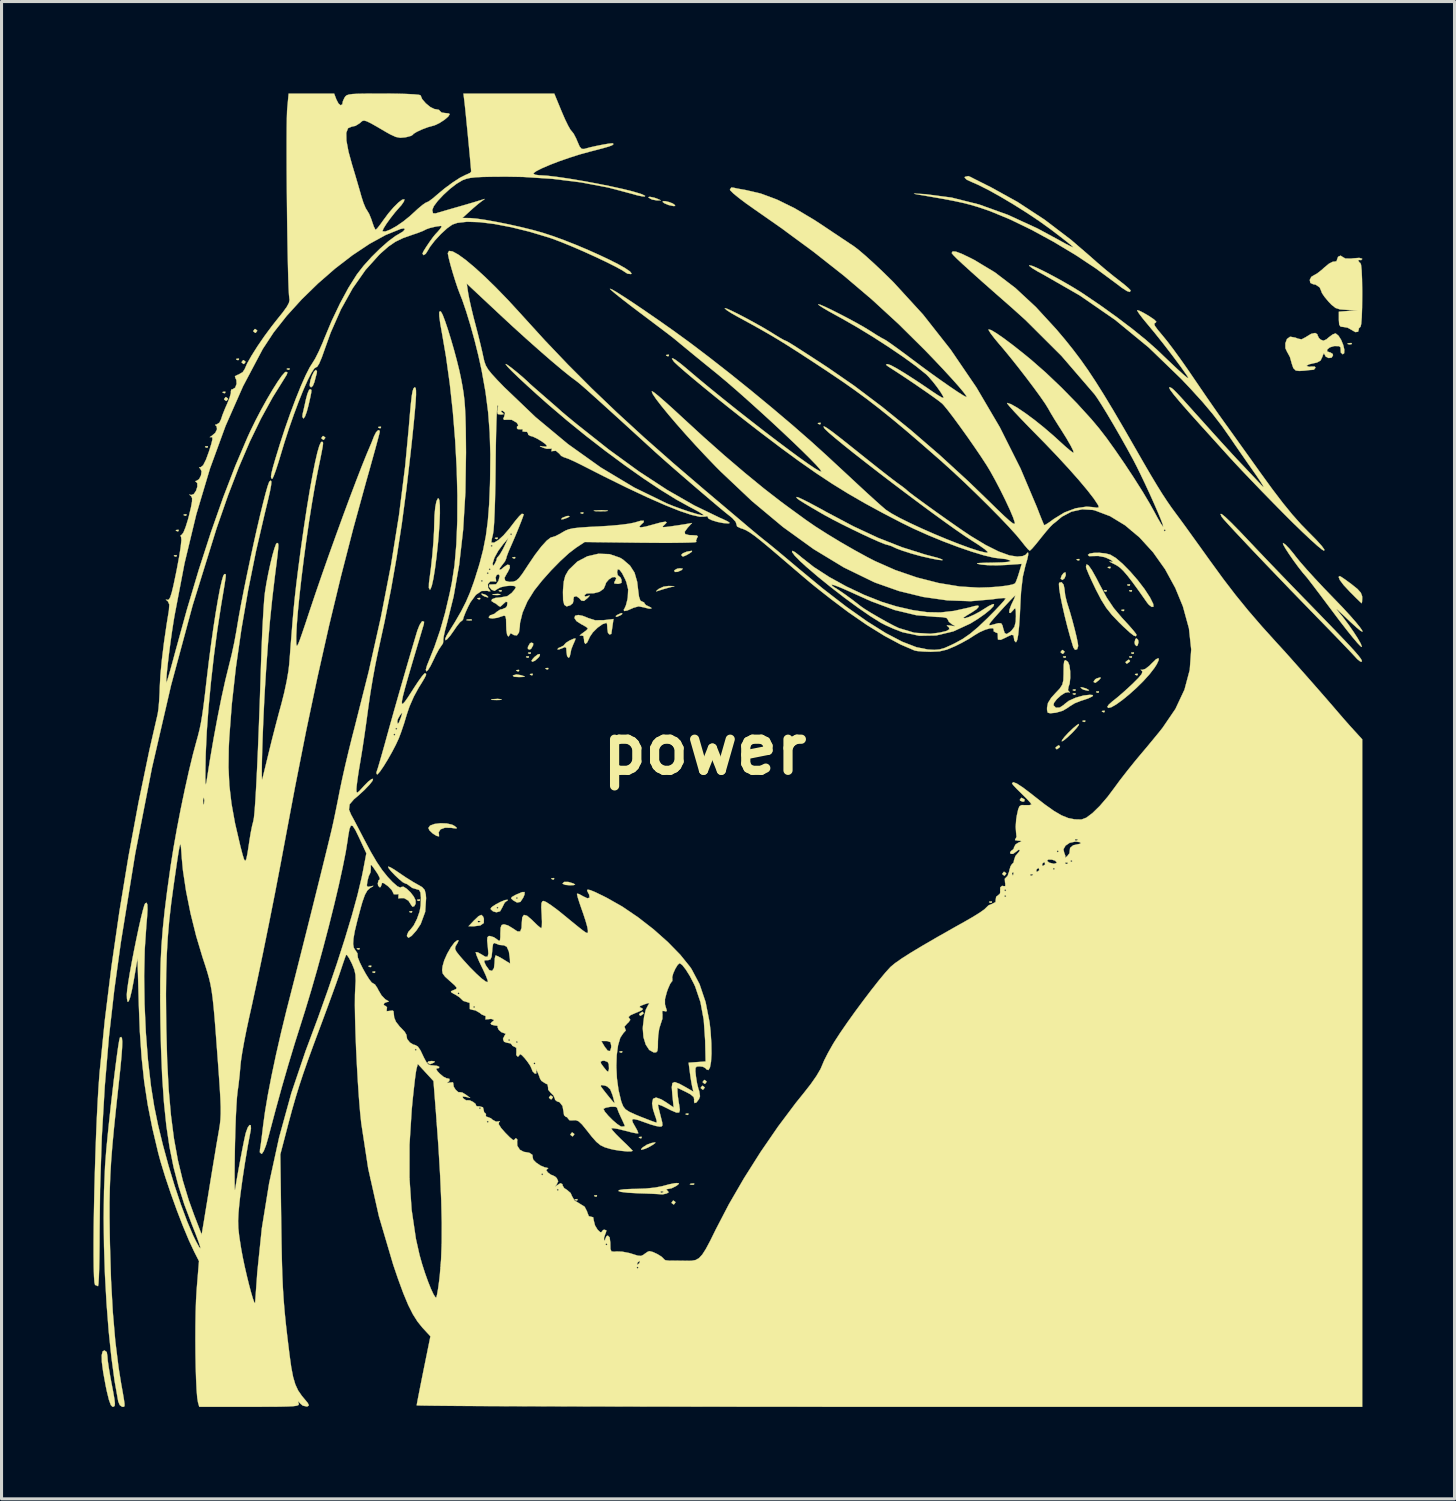
<source format=kicad_pcb>
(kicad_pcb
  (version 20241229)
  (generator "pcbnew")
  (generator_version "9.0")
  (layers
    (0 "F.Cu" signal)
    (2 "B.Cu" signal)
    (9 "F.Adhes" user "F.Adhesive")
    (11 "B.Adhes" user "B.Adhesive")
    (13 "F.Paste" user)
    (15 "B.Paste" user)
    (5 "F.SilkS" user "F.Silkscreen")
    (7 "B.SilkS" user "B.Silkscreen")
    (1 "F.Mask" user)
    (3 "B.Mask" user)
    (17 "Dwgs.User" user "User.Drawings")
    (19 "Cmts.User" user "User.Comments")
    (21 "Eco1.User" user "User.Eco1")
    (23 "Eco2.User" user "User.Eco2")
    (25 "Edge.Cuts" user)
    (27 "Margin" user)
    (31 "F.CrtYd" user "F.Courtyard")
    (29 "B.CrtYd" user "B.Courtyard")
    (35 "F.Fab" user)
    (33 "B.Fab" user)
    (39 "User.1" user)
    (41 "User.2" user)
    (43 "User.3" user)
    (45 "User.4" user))
  (footprint "power"
    (layer "F.Cu")
    (at 19.949 21.404)
    (property "Reference" "power" (at 0 0 0) (layer "F.SilkS") (effects (font (size 1.524 1.524) (thickness 0.3))))
    (attr through_hole)
    (fp_poly (pts (xy -17.23 -6.329) (xy -17.238 -6.291) (xy -17.272 -6.287) (xy -17.324 -6.31) (xy -17.314 -6.329) (xy -17.239 -6.336) (xy -17.23 -6.329)) (stroke (width 0.01) (type solid)) (fill yes) (layer "F.SilkS"))
    (fp_poly (pts (xy -17.166 -7.154) (xy -17.175 -7.117) (xy -17.209 -7.112) (xy -17.261 -7.135) (xy -17.251 -7.154) (xy -17.175 -7.162) (xy -17.166 -7.154)) (stroke (width 0.01) (type solid)) (fill yes) (layer "F.SilkS"))
    (fp_poly (pts (xy -16.912 -7.662) (xy -16.921 -7.625) (xy -16.954 -7.62) (xy -17.007 -7.643) (xy -16.997 -7.662) (xy -16.921 -7.67) (xy -16.912 -7.662)) (stroke (width 0.01) (type solid)) (fill yes) (layer "F.SilkS"))
    (fp_poly (pts (xy -16.214 -9.885) (xy -16.222 -9.847) (xy -16.256 -9.842) (xy -16.308 -9.866) (xy -16.298 -9.885) (xy -16.223 -9.892) (xy -16.214 -9.885)) (stroke (width 0.01) (type solid)) (fill yes) (layer "F.SilkS"))
    (fp_poly (pts (xy -15.642 -11.663) (xy -15.651 -11.625) (xy -15.684 -11.62) (xy -15.737 -11.644) (xy -15.727 -11.663) (xy -15.651 -11.67) (xy -15.642 -11.663)) (stroke (width 0.01) (type solid)) (fill yes) (layer "F.SilkS"))
    (fp_poly (pts (xy -15.198 -12.742) (xy -15.206 -12.705) (xy -15.24 -12.7) (xy -15.292 -12.723) (xy -15.282 -12.742) (xy -15.207 -12.75) (xy -15.198 -12.742)) (stroke (width 0.01) (type solid)) (fill yes) (layer "F.SilkS"))
    (fp_poly (pts (xy -13.547 -12.425) (xy -13.555 -12.387) (xy -13.589 -12.383) (xy -13.641 -12.406) (xy -13.631 -12.425) (xy -13.556 -12.432) (xy -13.547 -12.425)) (stroke (width 0.01) (type solid)) (fill yes) (layer "F.SilkS"))
    (fp_poly (pts (xy -11.261 6.498) (xy -11.269 6.536) (xy -11.303 6.54) (xy -11.355 6.517) (xy -11.345 6.498) (xy -11.27 6.491) (xy -11.261 6.498)) (stroke (width 0.01) (type solid)) (fill yes) (layer "F.SilkS"))
    (fp_poly (pts (xy -10.88 7.07) (xy -10.888 7.107) (xy -10.922 7.112) (xy -10.974 7.089) (xy -10.964 7.07) (xy -10.889 7.062) (xy -10.88 7.07)) (stroke (width 0.01) (type solid)) (fill yes) (layer "F.SilkS"))
    (fp_poly (pts (xy -10.753 7.26) (xy -10.761 7.298) (xy -10.795 7.303) (xy -10.847 7.279) (xy -10.837 7.26) (xy -10.762 7.253) (xy -10.753 7.26)) (stroke (width 0.01) (type solid)) (fill yes) (layer "F.SilkS"))
    (fp_poly (pts (xy -10.562 -10.52) (xy -10.571 -10.482) (xy -10.604 -10.477) (xy -10.657 -10.501) (xy -10.647 -10.52) (xy -10.571 -10.527) (xy -10.562 -10.52)) (stroke (width 0.01) (type solid)) (fill yes) (layer "F.SilkS"))
    (fp_poly (pts (xy -9.546 5.292) (xy -9.555 5.329) (xy -9.588 5.334) (xy -9.641 5.311) (xy -9.631 5.292) (xy -9.555 5.284) (xy -9.546 5.292)) (stroke (width 0.01) (type solid)) (fill yes) (layer "F.SilkS"))
    (fp_poly (pts (xy -9.292 4.911) (xy -9.301 4.948) (xy -9.335 4.953) (xy -9.387 4.93) (xy -9.377 4.911) (xy -9.301 4.903) (xy -9.292 4.911)) (stroke (width 0.01) (type solid)) (fill yes) (layer "F.SilkS"))
    (fp_poly (pts (xy -7.604 -4.233) (xy -7.596 -4.21) (xy -7.684 -4.201) (xy -7.774 -4.211) (xy -7.763 -4.233) (xy -7.633 -4.241) (xy -7.604 -4.233)) (stroke (width 0.01) (type solid)) (fill yes) (layer "F.SilkS"))
    (fp_poly (pts (xy -7.324 -4.932) (xy -7.332 -4.894) (xy -7.366 -4.889) (xy -7.418 -4.913) (xy -7.408 -4.932) (xy -7.333 -4.939) (xy -7.324 -4.932)) (stroke (width 0.01) (type solid)) (fill yes) (layer "F.SilkS"))
    (fp_poly (pts (xy -6.752 -6.9) (xy -6.761 -6.863) (xy -6.795 -6.858) (xy -6.847 -6.881) (xy -6.837 -6.9) (xy -6.761 -6.908) (xy -6.752 -6.9)) (stroke (width 0.01) (type solid)) (fill yes) (layer "F.SilkS"))
    (fp_poly (pts (xy -6.625 -5.186) (xy -6.634 -5.148) (xy -6.668 -5.144) (xy -6.72 -5.167) (xy -6.71 -5.186) (xy -6.634 -5.193) (xy -6.625 -5.186)) (stroke (width 0.01) (type solid)) (fill yes) (layer "F.SilkS"))
    (fp_poly (pts (xy -6.181 -6.265) (xy -6.189 -6.228) (xy -6.223 -6.223) (xy -6.275 -6.246) (xy -6.265 -6.265) (xy -6.19 -6.273) (xy -6.181 -6.265)) (stroke (width 0.01) (type solid)) (fill yes) (layer "F.SilkS"))
    (fp_poly (pts (xy -6.054 -2.582) (xy -6.062 -2.545) (xy -6.096 -2.54) (xy -6.148 -2.563) (xy -6.138 -2.582) (xy -6.063 -2.59) (xy -6.054 -2.582)) (stroke (width 0.01) (type solid)) (fill yes) (layer "F.SilkS"))
    (fp_poly (pts (xy -5.736 -3.027) (xy -5.745 -2.989) (xy -5.779 -2.985) (xy -5.831 -3.008) (xy -5.821 -3.027) (xy -5.745 -3.034) (xy -5.736 -3.027)) (stroke (width 0.01) (type solid)) (fill yes) (layer "F.SilkS"))
    (fp_poly (pts (xy -5.673 -3.154) (xy -5.681 -3.116) (xy -5.715 -3.111) (xy -5.767 -3.135) (xy -5.757 -3.154) (xy -5.682 -3.161) (xy -5.673 -3.154)) (stroke (width 0.01) (type solid)) (fill yes) (layer "F.SilkS"))
    (fp_poly (pts (xy -5.609 -2.455) (xy -5.618 -2.418) (xy -5.652 -2.413) (xy -5.704 -2.436) (xy -5.694 -2.455) (xy -5.618 -2.463) (xy -5.609 -2.455)) (stroke (width 0.01) (type solid)) (fill yes) (layer "F.SilkS"))
    (fp_poly (pts (xy -5.101 -2.646) (xy -5.11 -2.608) (xy -5.144 -2.603) (xy -5.196 -2.627) (xy -5.186 -2.646) (xy -5.11 -2.653) (xy -5.101 -2.646)) (stroke (width 0.01) (type solid)) (fill yes) (layer "F.SilkS"))
    (fp_poly (pts (xy -4.911 4.212) (xy -4.919 4.25) (xy -4.953 4.255) (xy -5.005 4.231) (xy -4.995 4.212) (xy -4.92 4.205) (xy -4.911 4.212)) (stroke (width 0.01) (type solid)) (fill yes) (layer "F.SilkS"))
    (fp_poly (pts (xy -4.149 14.69) (xy -4.157 14.727) (xy -4.191 14.732) (xy -4.243 14.709) (xy -4.233 14.69) (xy -4.158 14.682) (xy -4.149 14.69)) (stroke (width 0.01) (type solid)) (fill yes) (layer "F.SilkS"))
    (fp_poly (pts (xy -3.958 -7.726) (xy -3.967 -7.688) (xy -4 -7.684) (xy -4.053 -7.707) (xy -4.043 -7.726) (xy -3.967 -7.733) (xy -3.958 -7.726)) (stroke (width 0.01) (type solid)) (fill yes) (layer "F.SilkS"))
    (fp_poly (pts (xy -3.514 14.563) (xy -3.522 14.6) (xy -3.556 14.605) (xy -3.608 14.582) (xy -3.598 14.563) (xy -3.523 14.555) (xy -3.514 14.563)) (stroke (width 0.01) (type solid)) (fill yes) (layer "F.SilkS"))
    (fp_poly (pts (xy -2.688 9.864) (xy -2.697 9.901) (xy -2.731 9.906) (xy -2.783 9.883) (xy -2.773 9.864) (xy -2.697 9.856) (xy -2.688 9.864)) (stroke (width 0.01) (type solid)) (fill yes) (layer "F.SilkS"))
    (fp_poly (pts (xy -2.053 12.658) (xy -2.062 12.695) (xy -2.095 12.7) (xy -2.148 12.677) (xy -2.138 12.658) (xy -2.062 12.65) (xy -2.053 12.658)) (stroke (width 0.01) (type solid)) (fill yes) (layer "F.SilkS"))
    (fp_poly (pts (xy -1.164 -12.869) (xy -1.173 -12.832) (xy -1.206 -12.827) (xy -1.259 -12.85) (xy -1.249 -12.869) (xy -1.173 -12.877) (xy -1.164 -12.869)) (stroke (width 0.01) (type solid)) (fill yes) (layer "F.SilkS"))
    (fp_poly (pts (xy -0.529 11.896) (xy -0.538 11.933) (xy -0.572 11.938) (xy -0.624 11.915) (xy -0.614 11.896) (xy -0.538 11.888) (xy -0.529 11.896)) (stroke (width 0.01) (type solid)) (fill yes) (layer "F.SilkS"))
    (fp_poly (pts (xy -0.335 14.186) (xy -0.354 14.214) (xy -0.418 14.219) (xy -0.486 14.203) (xy -0.456 14.181) (xy -0.357 14.173) (xy -0.335 14.186)) (stroke (width 0.01) (type solid)) (fill yes) (layer "F.SilkS"))
    (fp_poly (pts (xy 3.789 -10.647) (xy 3.78 -10.609) (xy 3.747 -10.604) (xy 3.694 -10.628) (xy 3.704 -10.647) (xy 3.78 -10.654) (xy 3.789 -10.647)) (stroke (width 0.01) (type solid)) (fill yes) (layer "F.SilkS"))
    (fp_poly (pts (xy 9.377 4.974) (xy 9.368 5.012) (xy 9.335 5.016) (xy 9.282 4.993) (xy 9.292 4.974) (xy 9.368 4.967) (xy 9.377 4.974)) (stroke (width 0.01) (type solid)) (fill yes) (layer "F.SilkS"))
    (fp_poly (pts (xy 11.79 -3.027) (xy 11.781 -2.989) (xy 11.748 -2.985) (xy 11.695 -3.008) (xy 11.705 -3.027) (xy 11.781 -3.034) (xy 11.79 -3.027)) (stroke (width 0.01) (type solid)) (fill yes) (layer "F.SilkS"))
    (fp_poly (pts (xy 12.107 -1.947) (xy 12.099 -1.91) (xy 12.065 -1.905) (xy 12.013 -1.928) (xy 12.023 -1.947) (xy 12.098 -1.955) (xy 12.107 -1.947)) (stroke (width 0.01) (type solid)) (fill yes) (layer "F.SilkS"))
    (fp_poly (pts (xy 12.107 -1.82) (xy 12.099 -1.783) (xy 12.065 -1.778) (xy 12.013 -1.801) (xy 12.023 -1.82) (xy 12.098 -1.828) (xy 12.107 -1.82)) (stroke (width 0.01) (type solid)) (fill yes) (layer "F.SilkS"))
    (fp_poly (pts (xy 12.234 -6.202) (xy 12.226 -6.164) (xy 12.192 -6.16) (xy 12.14 -6.183) (xy 12.15 -6.202) (xy 12.225 -6.209) (xy 12.234 -6.202)) (stroke (width 0.01) (type solid)) (fill yes) (layer "F.SilkS"))
    (fp_poly (pts (xy 12.425 -0.931) (xy 12.416 -0.894) (xy 12.383 -0.889) (xy 12.33 -0.912) (xy 12.34 -0.931) (xy 12.416 -0.939) (xy 12.425 -0.931)) (stroke (width 0.01) (type solid)) (fill yes) (layer "F.SilkS"))
    (fp_poly (pts (xy 12.869 -1.884) (xy 12.861 -1.846) (xy 12.827 -1.841) (xy 12.775 -1.865) (xy 12.785 -1.884) (xy 12.86 -1.891) (xy 12.869 -1.884)) (stroke (width 0.01) (type solid)) (fill yes) (layer "F.SilkS"))
    (fp_poly (pts (xy 13.06 -1.249) (xy 13.051 -1.211) (xy 13.018 -1.206) (xy 12.965 -1.23) (xy 12.975 -1.249) (xy 13.051 -1.256) (xy 13.06 -1.249)) (stroke (width 0.01) (type solid)) (fill yes) (layer "F.SilkS"))
    (fp_poly (pts (xy 13.123 -5.186) (xy 13.115 -5.148) (xy 13.081 -5.144) (xy 13.029 -5.167) (xy 13.039 -5.186) (xy 13.114 -5.193) (xy 13.123 -5.186)) (stroke (width 0.01) (type solid)) (fill yes) (layer "F.SilkS"))
    (fp_poly (pts (xy 13.25 -5.948) (xy 13.242 -5.91) (xy 13.208 -5.905) (xy 13.156 -5.929) (xy 13.166 -5.948) (xy 13.241 -5.955) (xy 13.25 -5.948)) (stroke (width 0.01) (type solid)) (fill yes) (layer "F.SilkS"))
    (fp_poly (pts (xy 13.695 -4.551) (xy 13.686 -4.513) (xy 13.652 -4.508) (xy 13.6 -4.532) (xy 13.61 -4.551) (xy 13.686 -4.558) (xy 13.695 -4.551)) (stroke (width 0.01) (type solid)) (fill yes) (layer "F.SilkS"))
    (fp_poly (pts (xy 13.885 -5.376) (xy 13.877 -5.339) (xy 13.843 -5.334) (xy 13.791 -5.357) (xy 13.801 -5.376) (xy 13.876 -5.384) (xy 13.885 -5.376)) (stroke (width 0.01) (type solid)) (fill yes) (layer "F.SilkS"))
    (fp_poly (pts (xy 13.949 -5.186) (xy 13.94 -5.148) (xy 13.906 -5.144) (xy 13.854 -5.167) (xy 13.864 -5.186) (xy 13.94 -5.193) (xy 13.949 -5.186)) (stroke (width 0.01) (type solid)) (fill yes) (layer "F.SilkS"))
    (fp_poly (pts (xy 13.949 -3.027) (xy 13.94 -2.989) (xy 13.906 -2.985) (xy 13.854 -3.008) (xy 13.864 -3.027) (xy 13.94 -3.034) (xy 13.949 -3.027)) (stroke (width 0.01) (type solid)) (fill yes) (layer "F.SilkS"))
    (fp_poly (pts (xy 14.012 -3.154) (xy 14.004 -3.116) (xy 13.97 -3.111) (xy 13.918 -3.135) (xy 13.928 -3.154) (xy 14.003 -3.161) (xy 14.012 -3.154)) (stroke (width 0.01) (type solid)) (fill yes) (layer "F.SilkS"))
    (fp_poly (pts (xy 14.139 -2.455) (xy 14.131 -2.418) (xy 14.097 -2.413) (xy 14.045 -2.436) (xy 14.055 -2.455) (xy 14.13 -2.463) (xy 14.139 -2.455)) (stroke (width 0.01) (type solid)) (fill yes) (layer "F.SilkS"))
    (fp_poly (pts (xy 21.128 -13.246) (xy 21.109 -13.218) (xy 21.045 -13.213) (xy 20.977 -13.229) (xy 21.007 -13.251) (xy 21.106 -13.259) (xy 21.128 -13.246)) (stroke (width 0.01) (type solid)) (fill yes) (layer "F.SilkS"))
    (fp_poly (pts (xy -15.559 -11.445) (xy -15.557 -11.43) (xy -15.606 -11.368) (xy -15.621 -11.367) (xy -15.683 -11.415) (xy -15.684 -11.43) (xy -15.636 -11.492) (xy -15.621 -11.493) (xy -15.559 -11.445)) (stroke (width 0.01) (type solid)) (fill yes) (layer "F.SilkS"))
    (fp_poly (pts (xy -14.988 -12.652) (xy -14.986 -12.636) (xy -15.034 -12.575) (xy -15.05 -12.573) (xy -15.111 -12.621) (xy -15.113 -12.636) (xy -15.065 -12.698) (xy -15.05 -12.7) (xy -14.988 -12.652)) (stroke (width 0.01) (type solid)) (fill yes) (layer "F.SilkS"))
    (fp_poly (pts (xy -14.607 -13.668) (xy -14.605 -13.652) (xy -14.653 -13.591) (xy -14.668 -13.589) (xy -14.73 -13.637) (xy -14.732 -13.652) (xy -14.684 -13.714) (xy -14.668 -13.716) (xy -14.607 -13.668)) (stroke (width 0.01) (type solid)) (fill yes) (layer "F.SilkS"))
    (fp_poly (pts (xy -12.384 -10.175) (xy -12.383 -10.16) (xy -12.431 -10.098) (xy -12.446 -10.097) (xy -12.508 -10.145) (xy -12.509 -10.16) (xy -12.461 -10.222) (xy -12.446 -10.223) (xy -12.384 -10.175)) (stroke (width 0.01) (type solid)) (fill yes) (layer "F.SilkS"))
    (fp_poly (pts (xy -8.811 10.187) (xy -8.826 10.224) (xy -8.836 10.23) (xy -8.963 10.283) (xy -9.041 10.237) (xy -9.044 10.231) (xy -9.017 10.191) (xy -8.914 10.176) (xy -8.811 10.187)) (stroke (width 0.01) (type solid)) (fill yes) (layer "F.SilkS"))
    (fp_poly (pts (xy -7.166 -5.046) (xy -7.112 -5.016) (xy -7.061 -4.966) (xy -7.08 -4.955) (xy -7.185 -4.987) (xy -7.239 -5.016) (xy -7.29 -5.067) (xy -7.271 -5.078) (xy -7.166 -5.046)) (stroke (width 0.01) (type solid)) (fill yes) (layer "F.SilkS"))
    (fp_poly (pts (xy -6.683 -5.06) (xy -6.664 -5.042) (xy -6.751 -5.032) (xy -6.795 -5.031) (xy -6.91 -5.038) (xy -6.924 -5.054) (xy -6.906 -5.06) (xy -6.745 -5.07) (xy -6.683 -5.06)) (stroke (width 0.01) (type solid)) (fill yes) (layer "F.SilkS"))
    (fp_poly (pts (xy -6.652 -1.632) (xy -6.622 -1.617) (xy -6.701 -1.607) (xy -6.795 -1.605) (xy -6.932 -1.61) (xy -6.97 -1.622) (xy -6.937 -1.632) (xy -6.752 -1.643) (xy -6.652 -1.632)) (stroke (width 0.01) (type solid)) (fill yes) (layer "F.SilkS"))
    (fp_poly (pts (xy -5.598 -3.46) (xy -5.598 -3.394) (xy -5.659 -3.283) (xy -5.705 -3.252) (xy -5.768 -3.271) (xy -5.769 -3.337) (xy -5.708 -3.448) (xy -5.661 -3.479) (xy -5.598 -3.46)) (stroke (width 0.01) (type solid)) (fill yes) (layer "F.SilkS"))
    (fp_poly (pts (xy -4.955 11.351) (xy -4.953 11.367) (xy -5.001 11.428) (xy -5.016 11.43) (xy -5.078 11.382) (xy -5.08 11.367) (xy -5.032 11.305) (xy -5.016 11.303) (xy -4.955 11.351)) (stroke (width 0.01) (type solid)) (fill yes) (layer "F.SilkS"))
    (fp_poly (pts (xy -4.407 -7.596) (xy -4.477 -7.556) (xy -4.611 -7.509) (xy -4.681 -7.503) (xy -4.661 -7.538) (xy -4.636 -7.556) (xy -4.5 -7.609) (xy -4.445 -7.615) (xy -4.407 -7.596)) (stroke (width 0.01) (type solid)) (fill yes) (layer "F.SilkS"))
    (fp_poly (pts (xy -4.256 12.558) (xy -4.255 12.573) (xy -4.303 12.635) (xy -4.318 12.636) (xy -4.38 12.588) (xy -4.381 12.573) (xy -4.333 12.511) (xy -4.318 12.509) (xy -4.256 12.558)) (stroke (width 0.01) (type solid)) (fill yes) (layer "F.SilkS"))
    (fp_poly (pts (xy -2.687 -4.417) (xy -2.731 -4.381) (xy -2.846 -4.328) (xy -2.889 -4.32) (xy -2.901 -4.346) (xy -2.857 -4.381) (xy -2.742 -4.435) (xy -2.699 -4.443) (xy -2.687 -4.417)) (stroke (width 0.01) (type solid)) (fill yes) (layer "F.SilkS"))
    (fp_poly (pts (xy -1.99 8.612) (xy -2 8.636) (xy -2.084 8.697) (xy -2.103 8.7) (xy -2.137 8.66) (xy -2.127 8.636) (xy -2.043 8.575) (xy -2.025 8.572) (xy -1.99 8.612)) (stroke (width 0.01) (type solid)) (fill yes) (layer "F.SilkS"))
    (fp_poly (pts (xy -0.954 14.78) (xy -0.953 14.796) (xy -1.001 14.857) (xy -1.016 14.859) (xy -1.078 14.811) (xy -1.079 14.796) (xy -1.031 14.734) (xy -1.016 14.732) (xy -0.954 14.78)) (stroke (width 0.01) (type solid)) (fill yes) (layer "F.SilkS"))
    (fp_poly (pts (xy -0.002 11.034) (xy 0 11.049) (xy -0.048 11.111) (xy -0.064 11.113) (xy -0.125 11.064) (xy -0.127 11.049) (xy -0.079 10.987) (xy -0.064 10.986) (xy -0.002 11.034)) (stroke (width 0.01) (type solid)) (fill yes) (layer "F.SilkS"))
    (fp_poly (pts (xy 0.062 10.843) (xy 0.064 10.858) (xy 0.015 10.92) (xy 0 10.922) (xy -0.062 10.874) (xy -0.064 10.858) (xy -0.015 10.797) (xy 0 10.795) (xy 0.062 10.843)) (stroke (width 0.01) (type solid)) (fill yes) (layer "F.SilkS"))
    (fp_poly (pts (xy 9.841 4.049) (xy 9.842 4.064) (xy 9.794 4.126) (xy 9.779 4.128) (xy 9.717 4.079) (xy 9.716 4.064) (xy 9.764 4.002) (xy 9.779 4) (xy 9.841 4.049)) (stroke (width 0.01) (type solid)) (fill yes) (layer "F.SilkS"))
    (fp_poly (pts (xy 10.433 1.634) (xy 10.446 1.651) (xy 10.431 1.705) (xy 10.386 1.714) (xy 10.299 1.681) (xy 10.287 1.651) (xy 10.333 1.589) (xy 10.347 1.587) (xy 10.433 1.634)) (stroke (width 0.01) (type solid)) (fill yes) (layer "F.SilkS"))
    (fp_poly (pts (xy 11.599 -0.088) (xy 11.589 -0.064) (xy 11.505 -0.002) (xy 11.486 0) (xy 11.452 -0.039) (xy 11.462 -0.064) (xy 11.546 -0.125) (xy 11.564 -0.127) (xy 11.599 -0.088)) (stroke (width 0.01) (type solid)) (fill yes) (layer "F.SilkS"))
    (fp_poly (pts (xy 11.746 -3.19) (xy 11.748 -3.175) (xy 11.699 -3.113) (xy 11.684 -3.111) (xy 11.622 -3.16) (xy 11.62 -3.175) (xy 11.669 -3.237) (xy 11.684 -3.239) (xy 11.746 -3.19)) (stroke (width 0.01) (type solid)) (fill yes) (layer "F.SilkS"))
    (fp_poly (pts (xy 12.434 -1.987) (xy 12.478 -1.968) (xy 12.549 -1.925) (xy 12.509 -1.91) (xy 12.374 -1.94) (xy 12.319 -1.968) (xy 12.269 -2.016) (xy 12.315 -2.022) (xy 12.434 -1.987)) (stroke (width 0.01) (type solid)) (fill yes) (layer "F.SilkS"))
    (fp_poly (pts (xy 12.925 -2.318) (xy 12.868 -2.254) (xy 12.756 -2.167) (xy 12.703 -2.187) (xy 12.7 -2.216) (xy 12.751 -2.284) (xy 12.8 -2.311) (xy 12.916 -2.346) (xy 12.925 -2.318)) (stroke (width 0.01) (type solid)) (fill yes) (layer "F.SilkS"))
    (fp_poly (pts (xy 13.885 -2.882) (xy 13.875 -2.857) (xy 13.791 -2.796) (xy 13.772 -2.794) (xy 13.738 -2.833) (xy 13.748 -2.857) (xy 13.832 -2.919) (xy 13.85 -2.921) (xy 13.885 -2.882)) (stroke (width 0.01) (type solid)) (fill yes) (layer "F.SilkS"))
    (fp_poly (pts (xy 14.149 -3.566) (xy 14.161 -3.493) (xy 14.134 -3.389) (xy 14.097 -3.365) (xy 14.045 -3.419) (xy 14.034 -3.493) (xy 14.06 -3.596) (xy 14.097 -3.619) (xy 14.149 -3.566)) (stroke (width 0.01) (type solid)) (fill yes) (layer "F.SilkS"))
    (fp_poly (pts (xy -5.999 -2.417) (xy -5.885 -2.381) (xy -5.876 -2.364) (xy -5.981 -2.357) (xy -6.061 -2.355) (xy -6.219 -2.364) (xy -6.26 -2.398) (xy -6.25 -2.411) (xy -6.139 -2.441) (xy -5.999 -2.417)) (stroke (width 0.01) (type solid)) (fill yes) (layer "F.SilkS"))
    (fp_poly (pts (xy -5.381 -3.049) (xy -5.429 -2.985) (xy -5.539 -2.888) (xy -5.625 -2.854) (xy -5.652 -2.885) (xy -5.612 -2.946) (xy -5.552 -3.012) (xy -5.443 -3.095) (xy -5.377 -3.106) (xy -5.381 -3.049)) (stroke (width 0.01) (type solid)) (fill yes) (layer "F.SilkS"))
    (fp_poly (pts (xy -4.454 4.331) (xy -4.286 4.381) (xy -4.227 4.417) (xy -4.272 4.435) (xy -4.397 4.441) (xy -4.55 4.428) (xy -4.632 4.393) (xy -4.636 4.381) (xy -4.584 4.331) (xy -4.454 4.331)) (stroke (width 0.01) (type solid)) (fill yes) (layer "F.SilkS"))
    (fp_poly (pts (xy -3.19 -7.792) (xy -3.155 -7.779) (xy -3.23 -7.77) (xy -3.397 -7.767) (xy -3.56 -7.77) (xy -3.623 -7.78) (xy -3.572 -7.793) (xy -3.571 -7.793) (xy -3.364 -7.803) (xy -3.19 -7.792)) (stroke (width 0.01) (type solid)) (fill yes) (layer "F.SilkS"))
    (fp_poly (pts (xy -1.778 -18.029) (xy -1.642 -18.001) (xy -1.556 -17.971) (xy -1.429 -17.916) (xy -1.556 -17.912) (xy -1.712 -17.94) (xy -1.778 -17.971) (xy -1.841 -18.019) (xy -1.794 -18.029) (xy -1.778 -18.029)) (stroke (width 0.01) (type solid)) (fill yes) (layer "F.SilkS"))
    (fp_poly (pts (xy -0.984 -5.321) (xy -1.175 -5.272) (xy -1.357 -5.221) (xy -1.492 -5.178) (xy -1.58 -5.15) (xy -1.567 -5.175) (xy -1.496 -5.234) (xy -1.342 -5.305) (xy -1.178 -5.328) (xy -0.984 -5.321)) (stroke (width 0.01) (type solid)) (fill yes) (layer "F.SilkS"))
    (fp_poly (pts (xy -0.715 -5.894) (xy -0.741 -5.856) (xy -0.762 -5.842) (xy -0.88 -5.79) (xy -0.97 -5.785) (xy -0.991 -5.83) (xy -0.984 -5.842) (xy -0.896 -5.893) (xy -0.806 -5.905) (xy -0.715 -5.894)) (stroke (width 0.01) (type solid)) (fill yes) (layer "F.SilkS"))
    (fp_poly (pts (xy -1.608 12.849) (xy -1.683 12.907) (xy -1.849 13.002) (xy -1.966 13.049) (xy -2.07 13.076) (xy -2.069 13.048) (xy -2.021 12.997) (xy -1.884 12.908) (xy -1.738 12.855) (xy -1.617 12.831) (xy -1.608 12.849)) (stroke (width 0.01) (type solid)) (fill yes) (layer "F.SilkS"))
    (fp_poly (pts (xy -1.283 -17.888) (xy -1.165 -17.86) (xy -1.049 -17.816) (xy -0.987 -17.776) (xy -0.959 -17.732) (xy -1.016 -17.728) (xy -1.175 -17.762) (xy -1.311 -17.818) (xy -1.365 -17.858) (xy -1.363 -17.89) (xy -1.283 -17.888)) (stroke (width 0.01) (type solid)) (fill yes) (layer "F.SilkS"))
    (fp_poly (pts (xy 11.777 -5.77) (xy 11.789 -5.685) (xy 11.747 -5.579) (xy 11.68 -5.525) (xy 11.677 -5.524) (xy 11.622 -5.565) (xy 11.621 -5.572) (xy 11.653 -5.667) (xy 11.717 -5.751) (xy 11.774 -5.773) (xy 11.777 -5.77)) (stroke (width 0.01) (type solid)) (fill yes) (layer "F.SilkS"))
    (fp_poly (pts (xy -0.415 -6.449) (xy -0.49 -6.394) (xy -0.596 -6.333) (xy -0.69 -6.293) (xy -0.714 -6.289) (xy -0.761 -6.334) (xy -0.762 -6.343) (xy -0.708 -6.397) (xy -0.582 -6.448) (xy -0.439 -6.473) (xy -0.413 -6.474) (xy -0.415 -6.449)) (stroke (width 0.01) (type solid)) (fill yes) (layer "F.SilkS"))
    (fp_poly (pts (xy 12.211 -0.785) (xy 12.131 -0.68) (xy 12.002 -0.54) (xy 11.846 -0.391) (xy 11.72 -0.287) (xy 11.658 -0.254) (xy 11.665 -0.294) (xy 11.745 -0.4) (xy 11.874 -0.54) (xy 12.03 -0.689) (xy 12.156 -0.792) (xy 12.218 -0.826) (xy 12.211 -0.785)) (stroke (width 0.01) (type solid)) (fill yes) (layer "F.SilkS"))
    (fp_poly (pts (xy -12.653 -12.333) (xy -12.661 -12.271) (xy -12.701 -12.125) (xy -12.736 -11.986) (xy -12.787 -11.86) (xy -12.846 -11.81) (xy -12.886 -11.851) (xy -12.89 -11.897) (xy -12.868 -12.037) (xy -12.814 -12.196) (xy -12.748 -12.327) (xy -12.69 -12.382) (xy -12.69 -12.383) (xy -12.653 -12.333)) (stroke (width 0.01) (type solid)) (fill yes) (layer "F.SilkS"))
    (fp_poly (pts (xy -12.85 -11.744) (xy -12.834 -11.717) (xy -12.84 -11.642) (xy -12.869 -11.494) (xy -12.925 -11.248) (xy -12.927 -11.236) (xy -12.985 -11.02) (xy -13.043 -10.862) (xy -13.09 -10.796) (xy -13.093 -10.795) (xy -13.13 -10.846) (xy -13.122 -10.939) (xy -13.088 -11.084) (xy -13.041 -11.294) (xy -13.015 -11.415) (xy -12.965 -11.6) (xy -12.914 -11.721) (xy -12.885 -11.748) (xy -12.85 -11.744)) (stroke (width 0.01) (type solid)) (fill yes) (layer "F.SilkS"))
    (fp_poly (pts (xy -7.234 5.457) (xy -7.205 5.532) (xy -7.208 5.672) (xy -7.323 5.753) (xy -7.521 5.778) (xy -7.707 5.779) (xy -7.545 5.609) (xy -7.408 5.609) (xy -7.4 5.647) (xy -7.366 5.652) (xy -7.314 5.628) (xy -7.324 5.609) (xy -7.399 5.602) (xy -7.408 5.609) (xy -7.545 5.609) (xy -7.525 5.588) (xy -7.38 5.45) (xy -7.291 5.407) (xy -7.234 5.457)) (stroke (width 0.01) (type solid)) (fill yes) (layer "F.SilkS"))
    (fp_poly (pts (xy -5.878 4.741) (xy -5.922 4.846) (xy -6.014 4.984) (xy -6.123 5.004) (xy -6.25 4.932) (xy -6.313 4.874) (xy -6.307 4.858) (xy -6.16 4.858) (xy -6.128 4.889) (xy -6.096 4.858) (xy -6.128 4.826) (xy -6.16 4.858) (xy -6.307 4.858) (xy -6.295 4.825) (xy -6.18 4.76) (xy -6.13 4.736) (xy -5.955 4.663) (xy -5.876 4.662) (xy -5.878 4.741)) (stroke (width 0.01) (type solid)) (fill yes) (layer "F.SilkS"))
    (fp_poly (pts (xy 20.792 -5.616) (xy 20.926 -5.524) (xy 21.104 -5.394) (xy 21.111 -5.388) (xy 21.308 -5.23) (xy 21.417 -5.109) (xy 21.46 -4.996) (xy 21.463 -4.944) (xy 21.458 -4.814) (xy 21.447 -4.763) (xy 21.398 -4.805) (xy 21.283 -4.916) (xy 21.123 -5.076) (xy 21.066 -5.133) (xy 20.859 -5.355) (xy 20.733 -5.522) (xy 20.693 -5.623) (xy 20.73 -5.652) (xy 20.792 -5.616)) (stroke (width 0.01) (type solid)) (fill yes) (layer "F.SilkS"))
    (fp_poly (pts (xy -8.419 2.423) (xy -8.24 2.464) (xy -8.156 2.51) (xy -8.087 2.57) (xy -8.106 2.588) (xy -8.23 2.573) (xy -8.272 2.566) (xy -8.474 2.562) (xy -8.62 2.615) (xy -8.682 2.712) (xy -8.673 2.772) (xy -8.669 2.846) (xy -8.751 2.828) (xy -8.874 2.751) (xy -8.98 2.651) (xy -9.017 2.571) (xy -8.961 2.493) (xy -8.817 2.44) (xy -8.624 2.416) (xy -8.419 2.423)) (stroke (width 0.01) (type solid)) (fill yes) (layer "F.SilkS"))
    (fp_poly (pts (xy -19.514 19.678) (xy -19.494 19.81) (xy -19.483 19.951) (xy -19.45 20.18) (xy -19.403 20.461) (xy -19.368 20.651) (xy -19.304 20.982) (xy -19.265 21.208) (xy -19.249 21.35) (xy -19.255 21.426) (xy -19.282 21.457) (xy -19.327 21.463) (xy -19.381 21.408) (xy -19.443 21.238) (xy -19.514 20.949) (xy -19.549 20.78) (xy -19.63 20.337) (xy -19.674 20.007) (xy -19.68 19.783) (xy -19.65 19.657) (xy -19.59 19.622) (xy -19.514 19.678)) (stroke (width 0.01) (type solid)) (fill yes) (layer "F.SilkS"))
    (fp_poly (pts (xy -6.429 4.917) (xy -6.439 4.951) (xy -6.46 4.953) (xy -6.526 5.007) (xy -6.592 5.136) (xy -6.594 5.144) (xy -6.676 5.29) (xy -6.796 5.323) (xy -6.906 5.292) (xy -6.979 5.227) (xy -6.985 5.203) (xy -6.962 5.175) (xy -6.795 5.175) (xy -6.763 5.207) (xy -6.731 5.175) (xy -6.763 5.144) (xy -6.795 5.175) (xy -6.962 5.175) (xy -6.934 5.142) (xy -6.81 5.061) (xy -6.656 4.981) (xy -6.516 4.924) (xy -6.433 4.914) (xy -6.429 4.917)) (stroke (width 0.01) (type solid)) (fill yes) (layer "F.SilkS"))
    (fp_poly (pts (xy -4.223 -3.571) (xy -4.275 -3.451) (xy -4.285 -3.432) (xy -4.353 -3.26) (xy -4.381 -3.115) (xy -4.408 -3.01) (xy -4.445 -2.985) (xy -4.489 -3.04) (xy -4.508 -3.173) (xy -4.508 -3.177) (xy -4.517 -3.307) (xy -4.562 -3.334) (xy -4.641 -3.299) (xy -4.755 -3.256) (xy -4.804 -3.259) (xy -4.779 -3.299) (xy -4.704 -3.332) (xy -4.599 -3.385) (xy -4.572 -3.423) (xy -4.522 -3.476) (xy -4.408 -3.547) (xy -4.284 -3.603) (xy -4.218 -3.619) (xy -4.223 -3.571)) (stroke (width 0.01) (type solid)) (fill yes) (layer "F.SilkS"))
    (fp_poly (pts (xy 11.716 -5.372) (xy 11.747 -5.226) (xy 11.748 -5.205) (xy 11.768 -5.027) (xy 11.82 -4.81) (xy 11.839 -4.749) (xy 11.92 -4.492) (xy 12.003 -4.201) (xy 12.08 -3.908) (xy 12.143 -3.648) (xy 12.182 -3.451) (xy 12.192 -3.367) (xy 12.159 -3.262) (xy 12.09 -3.244) (xy 12.036 -3.318) (xy 11.935 -3.653) (xy 11.837 -4.012) (xy 11.747 -4.373) (xy 11.67 -4.714) (xy 11.61 -5.013) (xy 11.573 -5.248) (xy 11.564 -5.396) (xy 11.574 -5.435) (xy 11.65 -5.452) (xy 11.716 -5.372)) (stroke (width 0.01) (type solid)) (fill yes) (layer "F.SilkS"))
    (fp_poly (pts (xy -8.659 -8.131) (xy -8.643 -7.962) (xy -8.641 -7.699) (xy -8.654 -7.361) (xy -8.682 -6.964) (xy -8.7 -6.763) (xy -8.75 -6.29) (xy -8.802 -5.887) (xy -8.854 -5.566) (xy -8.904 -5.34) (xy -8.95 -5.222) (xy -8.969 -5.207) (xy -9.001 -5.264) (xy -8.998 -5.42) (xy -8.989 -5.493) (xy -8.935 -5.898) (xy -8.888 -6.336) (xy -8.852 -6.764) (xy -8.831 -7.136) (xy -8.827 -7.303) (xy -8.817 -7.632) (xy -8.791 -7.904) (xy -8.753 -8.095) (xy -8.705 -8.187) (xy -8.691 -8.191) (xy -8.659 -8.131)) (stroke (width 0.01) (type solid)) (fill yes) (layer "F.SilkS"))
    (fp_poly (pts (xy 12.53 -5.999) (xy 12.637 -5.848) (xy 12.787 -5.58) (xy 12.895 -5.369) (xy 13.121 -4.952) (xy 13.351 -4.609) (xy 13.618 -4.292) (xy 13.662 -4.244) (xy 13.846 -4.045) (xy 13.991 -3.878) (xy 14.079 -3.766) (xy 14.097 -3.733) (xy 14.076 -3.687) (xy 14.006 -3.71) (xy 13.878 -3.809) (xy 13.68 -3.99) (xy 13.536 -4.13) (xy 13.297 -4.379) (xy 13.11 -4.613) (xy 12.945 -4.877) (xy 12.769 -5.214) (xy 12.764 -5.225) (xy 12.637 -5.491) (xy 12.534 -5.719) (xy 12.467 -5.883) (xy 12.446 -5.953) (xy 12.467 -6.034) (xy 12.53 -5.999)) (stroke (width 0.01) (type solid)) (fill yes) (layer "F.SilkS"))
    (fp_poly (pts (xy 14.823 -2.915) (xy 14.757 -2.772) (xy 14.68 -2.652) (xy 14.519 -2.444) (xy 14.317 -2.221) (xy 14.091 -1.998) (xy 13.857 -1.788) (xy 13.631 -1.604) (xy 13.431 -1.46) (xy 13.273 -1.37) (xy 13.172 -1.347) (xy 13.145 -1.388) (xy 13.191 -1.456) (xy 13.307 -1.56) (xy 13.351 -1.594) (xy 13.495 -1.71) (xy 13.694 -1.883) (xy 13.907 -2.078) (xy 13.955 -2.123) (xy 14.156 -2.322) (xy 14.265 -2.455) (xy 14.289 -2.533) (xy 14.273 -2.554) (xy 14.232 -2.594) (xy 14.29 -2.59) (xy 14.388 -2.623) (xy 14.522 -2.728) (xy 14.586 -2.794) (xy 14.731 -2.935) (xy 14.812 -2.972) (xy 14.823 -2.915)) (stroke (width 0.01) (type solid)) (fill yes) (layer "F.SilkS"))
    (fp_poly (pts (xy 13.089 -6.389) (xy 13.237 -6.351) (xy 13.419 -6.243) (xy 13.643 -6.051) (xy 13.889 -5.801) (xy 14.135 -5.518) (xy 14.358 -5.227) (xy 14.537 -4.953) (xy 14.642 -4.741) (xy 14.65 -4.652) (xy 14.594 -4.644) (xy 14.503 -4.711) (xy 14.447 -4.778) (xy 14.178 -5.161) (xy 13.966 -5.452) (xy 13.8 -5.667) (xy 13.668 -5.82) (xy 13.557 -5.926) (xy 13.454 -5.998) (xy 13.374 -6.041) (xy 13.248 -6.104) (xy 13.212 -6.131) (xy 13.24 -6.126) (xy 13.323 -6.112) (xy 13.314 -6.138) (xy 13.237 -6.188) (xy 13.113 -6.246) (xy 13.044 -6.271) (xy 12.848 -6.308) (xy 12.678 -6.304) (xy 12.549 -6.302) (xy 12.509 -6.343) (xy 12.566 -6.386) (xy 12.707 -6.409) (xy 12.895 -6.41) (xy 13.089 -6.389)) (stroke (width 0.01) (type solid)) (fill yes) (layer "F.SilkS"))
    (fp_poly (pts (xy -10.267 3.85) (xy -10.133 3.927) (xy -9.979 4.031) (xy -9.751 4.186) (xy -9.512 4.335) (xy -9.386 4.406) (xy -9.22 4.502) (xy -9.137 4.595) (xy -9.102 4.737) (xy -9.092 4.862) (xy -9.121 5.307) (xy -9.268 5.707) (xy -9.411 5.921) (xy -9.564 6.092) (xy -9.666 6.155) (xy -9.713 6.109) (xy -9.716 6.072) (xy -9.671 5.963) (xy -9.61 5.897) (xy -9.497 5.755) (xy -9.388 5.539) (xy -9.304 5.301) (xy -9.27 5.112) (xy -9.26 4.842) (xy -9.275 4.676) (xy -9.321 4.593) (xy -9.393 4.572) (xy -9.539 4.529) (xy -9.611 4.477) (xy -9.718 4.399) (xy -9.774 4.381) (xy -9.851 4.342) (xy -9.972 4.242) (xy -10.11 4.112) (xy -10.235 3.981) (xy -10.317 3.877) (xy -10.33 3.832) (xy -10.267 3.85)) (stroke (width 0.01) (type solid)) (fill yes) (layer "F.SilkS"))
    (fp_poly (pts (xy -0.839 14.166) (xy -0.855 14.2) (xy -0.924 14.254) (xy -1.075 14.33) (xy -1.175 14.35) (xy -1.255 14.364) (xy -1.217 14.407) (xy -1.171 14.459) (xy -1.238 14.501) (xy -1.37 14.53) (xy -1.418 14.528) (xy -1.509 14.521) (xy -1.697 14.511) (xy -1.953 14.501) (xy -2.177 14.494) (xy -2.507 14.476) (xy -2.72 14.45) (xy -2.765 14.436) (xy -1.439 14.436) (xy -1.431 14.473) (xy -1.397 14.478) (xy -1.345 14.455) (xy -1.355 14.436) (xy -1.43 14.428) (xy -1.439 14.436) (xy -2.765 14.436) (xy -2.815 14.42) (xy -2.791 14.39) (xy -2.644 14.366) (xy -2.375 14.352) (xy -2.229 14.351) (xy -1.918 14.339) (xy -1.619 14.308) (xy -1.384 14.263) (xy -1.359 14.256) (xy -1.154 14.201) (xy -0.982 14.167) (xy -0.924 14.161) (xy -0.839 14.166)) (stroke (width 0.01) (type solid)) (fill yes) (layer "F.SilkS"))
    (fp_poly (pts (xy 3.068 -8.214) (xy 3.223 -8.142) (xy 3.45 -8.026) (xy 3.731 -7.876) (xy 3.97 -7.744) (xy 4.847 -7.279) (xy 5.663 -6.898) (xy 6.44 -6.593) (xy 7.203 -6.352) (xy 7.461 -6.284) (xy 7.652 -6.231) (xy 7.758 -6.191) (xy 7.763 -6.17) (xy 7.747 -6.169) (xy 7.616 -6.183) (xy 7.401 -6.224) (xy 7.137 -6.283) (xy 7.009 -6.315) (xy 6.729 -6.393) (xy 6.474 -6.474) (xy 6.285 -6.543) (xy 6.234 -6.566) (xy 6.085 -6.635) (xy 5.981 -6.667) (xy 5.976 -6.668) (xy 5.88 -6.695) (xy 5.693 -6.77) (xy 5.439 -6.883) (xy 5.139 -7.022) (xy 4.816 -7.178) (xy 4.492 -7.338) (xy 4.19 -7.493) (xy 3.931 -7.633) (xy 3.827 -7.692) (xy 3.501 -7.882) (xy 3.271 -8.019) (xy 3.121 -8.113) (xy 3.036 -8.172) (xy 3.001 -8.208) (xy 3.002 -8.23) (xy 3.005 -8.233) (xy 3.068 -8.214)) (stroke (width 0.01) (type solid)) (fill yes) (layer "F.SilkS"))
    (fp_poly (pts (xy 16.876 -7.675) (xy 16.992 -7.581) (xy 17.187 -7.395) (xy 17.462 -7.115) (xy 17.751 -6.811) (xy 18.046 -6.499) (xy 18.403 -6.125) (xy 18.795 -5.717) (xy 19.195 -5.303) (xy 19.576 -4.91) (xy 19.689 -4.795) (xy 20.143 -4.327) (xy 20.516 -3.942) (xy 20.814 -3.631) (xy 21.046 -3.386) (xy 21.217 -3.198) (xy 21.336 -3.06) (xy 21.41 -2.964) (xy 21.447 -2.901) (xy 21.454 -2.863) (xy 21.453 -2.859) (xy 21.403 -2.86) (xy 21.303 -2.94) (xy 21.25 -2.997) (xy 21.155 -3.1) (xy 20.985 -3.279) (xy 20.757 -3.517) (xy 20.486 -3.798) (xy 20.186 -4.106) (xy 20.012 -4.284) (xy 19.566 -4.743) (xy 19.124 -5.198) (xy 18.697 -5.642) (xy 18.293 -6.063) (xy 17.922 -6.452) (xy 17.593 -6.801) (xy 17.314 -7.098) (xy 17.096 -7.334) (xy 16.946 -7.5) (xy 16.876 -7.586) (xy 16.873 -7.591) (xy 16.837 -7.678) (xy 16.876 -7.675)) (stroke (width 0.01) (type solid)) (fill yes) (layer "F.SilkS"))
    (fp_poly (pts (xy -3.979 -4.353) (xy -3.804 -4.283) (xy -3.795 -4.279) (xy -3.575 -4.209) (xy -3.298 -4.211) (xy -3.286 -4.213) (xy -2.975 -4.25) (xy -3.009 -4.014) (xy -3.032 -3.858) (xy -3.045 -3.768) (xy -3.046 -3.762) (xy -3.098 -3.747) (xy -3.111 -3.747) (xy -3.156 -3.802) (xy -3.175 -3.935) (xy -3.175 -3.937) (xy -3.183 -4.071) (xy -3.203 -4.127) (xy -3.203 -4.128) (xy -3.334 -4.081) (xy -3.496 -3.965) (xy -3.647 -3.816) (xy -3.748 -3.668) (xy -3.757 -3.646) (xy -3.832 -3.486) (xy -3.893 -3.435) (xy -3.931 -3.499) (xy -3.937 -3.586) (xy -3.958 -3.698) (xy -4.034 -3.712) (xy -4.048 -3.708) (xy -4.078 -3.713) (xy -4.012 -3.769) (xy -3.985 -3.788) (xy -3.865 -3.877) (xy -3.81 -3.937) (xy -3.81 -3.94) (xy -3.861 -3.988) (xy -3.989 -4.062) (xy -4.032 -4.083) (xy -4.182 -4.181) (xy -4.249 -4.281) (xy -4.227 -4.356) (xy -4.124 -4.381) (xy -3.979 -4.353)) (stroke (width 0.01) (type solid)) (fill yes) (layer "F.SilkS"))
    (fp_poly (pts (xy 11.839 -2.867) (xy 11.862 -2.845) (xy 11.907 -2.735) (xy 11.931 -2.549) (xy 11.934 -2.336) (xy 11.914 -2.144) (xy 11.877 -2.034) (xy 11.859 -1.925) (xy 11.894 -1.885) (xy 11.923 -1.85) (xy 11.866 -1.863) (xy 11.763 -1.841) (xy 11.627 -1.754) (xy 11.494 -1.633) (xy 11.403 -1.513) (xy 11.386 -1.435) (xy 11.465 -1.355) (xy 11.591 -1.36) (xy 11.722 -1.446) (xy 11.739 -1.466) (xy 11.887 -1.58) (xy 12.113 -1.682) (xy 12.367 -1.753) (xy 12.573 -1.776) (xy 12.675 -1.767) (xy 12.663 -1.732) (xy 12.636 -1.714) (xy 12.516 -1.657) (xy 12.335 -1.596) (xy 12.287 -1.582) (xy 12.079 -1.5) (xy 11.897 -1.387) (xy 11.874 -1.368) (xy 11.694 -1.258) (xy 11.465 -1.191) (xy 11.446 -1.189) (xy 11.277 -1.173) (xy 11.199 -1.194) (xy 11.177 -1.276) (xy 11.176 -1.353) (xy 11.207 -1.51) (xy 11.313 -1.679) (xy 11.446 -1.826) (xy 11.593 -1.982) (xy 11.673 -2.106) (xy 11.708 -2.247) (xy 11.716 -2.454) (xy 11.716 -2.511) (xy 11.72 -2.748) (xy 11.737 -2.876) (xy 11.774 -2.91) (xy 11.839 -2.867)) (stroke (width 0.01) (type solid)) (fill yes) (layer "F.SilkS"))
    (fp_poly (pts (xy 18.952 -6.683) (xy 19.078 -6.555) (xy 19.23 -6.372) (xy 19.283 -6.302) (xy 19.429 -6.122) (xy 19.645 -5.874) (xy 19.911 -5.581) (xy 20.206 -5.266) (xy 20.512 -4.949) (xy 20.533 -4.927) (xy 20.821 -4.629) (xy 21.062 -4.367) (xy 21.252 -4.15) (xy 21.386 -3.985) (xy 21.461 -3.877) (xy 21.471 -3.834) (xy 21.411 -3.864) (xy 21.278 -3.972) (xy 21.067 -4.165) (xy 20.972 -4.256) (xy 20.793 -4.427) (xy 20.672 -4.537) (xy 20.621 -4.577) (xy 20.646 -4.54) (xy 20.823 -4.324) (xy 21.005 -4.082) (xy 21.175 -3.839) (xy 21.317 -3.619) (xy 21.415 -3.447) (xy 21.452 -3.345) (xy 21.452 -3.338) (xy 21.41 -3.36) (xy 21.304 -3.471) (xy 21.145 -3.659) (xy 20.944 -3.91) (xy 20.71 -4.213) (xy 20.574 -4.394) (xy 20.323 -4.728) (xy 20.096 -5.031) (xy 19.903 -5.286) (xy 19.756 -5.478) (xy 19.669 -5.591) (xy 19.651 -5.612) (xy 19.519 -5.766) (xy 19.367 -5.961) (xy 19.211 -6.174) (xy 19.068 -6.381) (xy 18.954 -6.558) (xy 18.884 -6.683) (xy 18.876 -6.731) (xy 18.877 -6.731) (xy 18.952 -6.683)) (stroke (width 0.01) (type solid)) (fill yes) (layer "F.SilkS"))
    (fp_poly (pts (xy -19.018 9.435) (xy -19.008 9.551) (xy -19.014 9.752) (xy -19.036 10.047) (xy -19.074 10.446) (xy -19.129 10.96) (xy -19.134 11.002) (xy -19.214 11.744) (xy -19.28 12.382) (xy -19.332 12.938) (xy -19.371 13.435) (xy -19.398 13.895) (xy -19.415 14.34) (xy -19.424 14.792) (xy -19.424 15.274) (xy -19.417 15.807) (xy -19.411 16.129) (xy -19.376 17.308) (xy -19.317 18.372) (xy -19.235 19.328) (xy -19.128 20.188) (xy -19.049 20.682) (xy -18.991 21.007) (xy -18.954 21.227) (xy -18.935 21.363) (xy -18.935 21.434) (xy -18.952 21.461) (xy -18.985 21.464) (xy -19.013 21.463) (xy -19.09 21.408) (xy -19.14 21.288) (xy -19.259 20.618) (xy -19.363 19.846) (xy -19.451 18.996) (xy -19.521 18.093) (xy -19.573 17.159) (xy -19.604 16.22) (xy -19.615 15.299) (xy -19.604 14.42) (xy -19.57 13.609) (xy -19.53 13.081) (xy -19.487 12.638) (xy -19.439 12.167) (xy -19.387 11.685) (xy -19.332 11.208) (xy -19.279 10.753) (xy -19.227 10.338) (xy -19.18 9.98) (xy -19.14 9.695) (xy -19.107 9.5) (xy -19.086 9.414) (xy -19.084 9.411) (xy -19.044 9.391) (xy -19.018 9.435)) (stroke (width 0.01) (type solid)) (fill yes) (layer "F.SilkS"))
    (fp_poly (pts (xy -8.604 -14.277) (xy -8.551 -14.18) (xy -8.476 -13.985) (xy -8.384 -13.714) (xy -8.285 -13.393) (xy -8.184 -13.046) (xy -8.09 -12.696) (xy -8.009 -12.369) (xy -7.959 -12.135) (xy -7.909 -11.873) (xy -7.87 -11.635) (xy -7.841 -11.399) (xy -7.821 -11.142) (xy -7.807 -10.841) (xy -7.797 -10.473) (xy -7.792 -10.015) (xy -7.789 -9.684) (xy -7.809 -8.38) (xy -7.883 -7.155) (xy -8.012 -6.019) (xy -8.194 -4.982) (xy -8.407 -4.125) (xy -8.473 -3.879) (xy -8.517 -3.68) (xy -8.533 -3.558) (xy -8.529 -3.537) (xy -8.541 -3.455) (xy -8.595 -3.375) (xy -8.674 -3.259) (xy -8.775 -3.072) (xy -8.855 -2.903) (xy -8.948 -2.714) (xy -9.031 -2.582) (xy -9.081 -2.54) (xy -9.101 -2.591) (xy -9.065 -2.725) (xy -9.044 -2.778) (xy -8.82 -3.338) (xy -8.633 -3.882) (xy -8.471 -4.451) (xy -8.322 -5.087) (xy -8.252 -5.429) (xy -8.163 -6.006) (xy -8.104 -6.688) (xy -8.073 -7.456) (xy -8.07 -8.29) (xy -8.093 -9.174) (xy -8.143 -10.087) (xy -8.218 -11.011) (xy -8.318 -11.927) (xy -8.442 -12.817) (xy -8.568 -13.552) (xy -8.63 -13.9) (xy -8.661 -14.133) (xy -8.663 -14.263) (xy -8.636 -14.298) (xy -8.604 -14.277)) (stroke (width 0.01) (type solid)) (fill yes) (layer "F.SilkS"))
    (fp_poly (pts (xy 20.829 -16.064) (xy 20.916 -16.015) (xy 21.099 -16.014) (xy 21.171 -16.023) (xy 21.366 -16.037) (xy 21.458 -16.012) (xy 21.463 -15.997) (xy 21.424 -15.96) (xy 21.399 -15.97) (xy 21.341 -15.965) (xy 21.336 -15.942) (xy 21.382 -15.878) (xy 21.399 -15.875) (xy 21.425 -15.813) (xy 21.444 -15.634) (xy 21.457 -15.347) (xy 21.463 -14.962) (xy 21.463 -14.827) (xy 21.459 -14.414) (xy 21.448 -14.097) (xy 21.431 -13.884) (xy 21.408 -13.785) (xy 21.399 -13.78) (xy 21.35 -13.733) (xy 21.352 -13.708) (xy 21.329 -13.627) (xy 21.241 -13.614) (xy 21.132 -13.676) (xy 21.126 -13.681) (xy 20.987 -13.758) (xy 20.864 -13.78) (xy 20.759 -13.793) (xy 20.712 -13.857) (xy 20.701 -14.008) (xy 20.701 -14.03) (xy 20.701 -14.281) (xy 21.003 -14.304) (xy 21.304 -14.328) (xy 20.952 -14.34) (xy 20.738 -14.355) (xy 20.594 -14.402) (xy 20.463 -14.505) (xy 20.365 -14.607) (xy 20.234 -14.764) (xy 20.148 -14.892) (xy 20.13 -14.944) (xy 20.074 -15.075) (xy 19.943 -15.163) (xy 19.863 -15.177) (xy 19.771 -15.22) (xy 19.751 -15.317) (xy 19.801 -15.417) (xy 19.874 -15.462) (xy 19.992 -15.528) (xy 20.15 -15.652) (xy 20.229 -15.725) (xy 20.38 -15.849) (xy 20.505 -15.912) (xy 20.548 -15.913) (xy 20.626 -15.928) (xy 20.637 -15.968) (xy 20.676 -16.074) (xy 20.759 -16.11) (xy 20.829 -16.064)) (stroke (width 0.01) (type solid)) (fill yes) (layer "F.SilkS"))
    (fp_poly (pts (xy 8.676 -18.679) (xy 8.784 -18.623) (xy 8.973 -18.528) (xy 9.21 -18.409) (xy 9.335 -18.347) (xy 10.212 -17.862) (xy 11.098 -17.282) (xy 11.958 -16.627) (xy 12.547 -16.12) (xy 12.815 -15.883) (xy 13.105 -15.637) (xy 13.371 -15.421) (xy 13.482 -15.335) (xy 13.676 -15.184) (xy 13.823 -15.059) (xy 13.899 -14.982) (xy 13.905 -14.97) (xy 13.878 -14.925) (xy 13.787 -14.953) (xy 13.622 -15.059) (xy 13.386 -15.237) (xy 12.773 -15.69) (xy 12.097 -16.138) (xy 11.386 -16.564) (xy 10.669 -16.954) (xy 9.976 -17.29) (xy 9.334 -17.556) (xy 9.158 -17.619) (xy 8.911 -17.701) (xy 8.674 -17.771) (xy 8.42 -17.835) (xy 8.127 -17.898) (xy 7.769 -17.966) (xy 7.322 -18.044) (xy 7.048 -18.09) (xy 6.89 -18.118) (xy 6.833 -18.132) (xy 6.885 -18.134) (xy 7.052 -18.125) (xy 7.207 -18.116) (xy 8.06 -18.005) (xy 8.96 -17.779) (xy 9.899 -17.441) (xy 10.874 -16.992) (xy 11.573 -16.614) (xy 11.785 -16.496) (xy 11.943 -16.415) (xy 12.025 -16.382) (xy 12.03 -16.388) (xy 11.969 -16.444) (xy 11.826 -16.561) (xy 11.619 -16.722) (xy 11.369 -16.913) (xy 11.284 -16.977) (xy 10.921 -17.238) (xy 10.512 -17.511) (xy 10.083 -17.781) (xy 9.66 -18.033) (xy 9.268 -18.251) (xy 8.933 -18.42) (xy 8.737 -18.505) (xy 8.554 -18.589) (xy 8.487 -18.657) (xy 8.496 -18.682) (xy 8.605 -18.707) (xy 8.676 -18.679)) (stroke (width 0.01) (type solid)) (fill yes) (layer "F.SilkS"))
    (fp_poly (pts (xy 19.998 -13.545) (xy 20.003 -13.517) (xy 20.049 -13.423) (xy 20.106 -13.369) (xy 20.196 -13.333) (xy 20.297 -13.379) (xy 20.371 -13.443) (xy 20.497 -13.537) (xy 20.591 -13.572) (xy 20.598 -13.57) (xy 20.69 -13.496) (xy 20.776 -13.359) (xy 20.843 -13.195) (xy 20.88 -13.038) (xy 20.874 -12.925) (xy 20.828 -12.89) (xy 20.765 -12.946) (xy 20.756 -13.104) (xy 20.757 -13.116) (xy 20.706 -13.156) (xy 20.563 -13.159) (xy 20.542 -13.157) (xy 20.406 -13.116) (xy 20.324 -13.05) (xy 20.316 -12.987) (xy 20.399 -12.954) (xy 20.415 -12.954) (xy 20.499 -12.903) (xy 20.511 -12.859) (xy 20.466 -12.782) (xy 20.368 -12.768) (xy 20.273 -12.814) (xy 20.24 -12.875) (xy 20.213 -12.925) (xy 20.179 -12.86) (xy 20.164 -12.811) (xy 20.104 -12.687) (xy 19.986 -12.621) (xy 19.87 -12.596) (xy 19.722 -12.561) (xy 19.654 -12.52) (xy 19.654 -12.508) (xy 19.732 -12.481) (xy 19.812 -12.491) (xy 19.914 -12.49) (xy 19.939 -12.453) (xy 19.888 -12.389) (xy 19.852 -12.383) (xy 19.727 -12.374) (xy 19.582 -12.356) (xy 19.411 -12.346) (xy 19.296 -12.359) (xy 19.214 -12.44) (xy 19.158 -12.604) (xy 19.156 -12.616) (xy 19.104 -12.801) (xy 19.027 -12.944) (xy 19.02 -12.952) (xy 18.956 -13.089) (xy 18.955 -13.25) (xy 19.007 -13.389) (xy 19.104 -13.46) (xy 19.126 -13.462) (xy 19.288 -13.432) (xy 19.365 -13.4) (xy 19.485 -13.378) (xy 19.626 -13.452) (xy 19.641 -13.463) (xy 19.797 -13.558) (xy 19.927 -13.586) (xy 19.998 -13.545)) (stroke (width 0.01) (type solid)) (fill yes) (layer "F.SilkS"))
    (fp_poly (pts (xy -9.157 -4.16) (xy -9.165 -4.087) (xy -9.198 -3.975) (xy -9.257 -3.776) (xy -9.331 -3.528) (xy -9.361 -3.429) (xy -9.536 -2.841) (xy -9.675 -2.367) (xy -9.778 -2.002) (xy -9.847 -1.738) (xy -9.881 -1.568) (xy -9.881 -1.486) (xy -9.847 -1.484) (xy -9.781 -1.556) (xy -9.683 -1.696) (xy -9.553 -1.896) (xy -9.482 -2.008) (xy -9.343 -2.218) (xy -9.226 -2.38) (xy -9.149 -2.467) (xy -9.133 -2.477) (xy -9.094 -2.467) (xy -9.093 -2.424) (xy -9.139 -2.328) (xy -9.24 -2.158) (xy -9.337 -2.003) (xy -9.492 -1.718) (xy -9.636 -1.389) (xy -9.722 -1.135) (xy -9.807 -0.851) (xy -9.904 -0.564) (xy -9.984 -0.352) (xy -10.081 -0.143) (xy -10.206 0.096) (xy -10.343 0.337) (xy -10.477 0.555) (xy -10.592 0.723) (xy -10.672 0.815) (xy -10.691 0.825) (xy -10.715 0.778) (xy -10.699 0.714) (xy -10.666 0.617) (xy -10.608 0.421) (xy -10.53 0.15) (xy -10.439 -0.173) (xy -10.382 -0.381) (xy -10.355 -0.476) (xy -10.16 -0.476) (xy -10.128 -0.445) (xy -10.097 -0.476) (xy -10.128 -0.508) (xy -10.16 -0.476) (xy -10.355 -0.476) (xy -10.303 -0.667) (xy -10.097 -0.667) (xy -10.065 -0.635) (xy -10.033 -0.667) (xy -10.065 -0.699) (xy -10.097 -0.667) (xy -10.303 -0.667) (xy -10.271 -0.78) (xy -10.235 -0.909) (xy -10.033 -0.909) (xy -10.018 -0.83) (xy -9.978 -0.869) (xy -9.917 -1.021) (xy -9.913 -1.032) (xy -9.873 -1.162) (xy -9.879 -1.186) (xy -9.937 -1.117) (xy -9.939 -1.115) (xy -10.013 -0.986) (xy -10.033 -0.909) (xy -10.235 -0.909) (xy -10.138 -1.253) (xy -9.991 -1.769) (xy -9.838 -2.3) (xy -9.689 -2.815) (xy -9.551 -3.285) (xy -9.434 -3.68) (xy -9.377 -3.87) (xy -9.309 -4.044) (xy -9.238 -4.159) (xy -9.211 -4.179) (xy -9.157 -4.16)) (stroke (width 0.01) (type solid)) (fill yes) (layer "F.SilkS"))
    (fp_poly (pts (xy -3.103 -6.367) (xy -2.767 -6.252) (xy -2.666 -6.191) (xy -2.437 -5.994) (xy -2.288 -5.762) (xy -2.202 -5.463) (xy -2.174 -5.226) (xy -2.143 -4.982) (xy -2.099 -4.853) (xy -2.055 -4.826) (xy -1.976 -4.791) (xy -1.968 -4.767) (xy -1.916 -4.703) (xy -1.837 -4.666) (xy -1.746 -4.621) (xy -1.738 -4.591) (xy -1.815 -4.587) (xy -1.956 -4.622) (xy -1.971 -4.627) (xy -2.156 -4.663) (xy -2.326 -4.615) (xy -2.352 -4.602) (xy -2.523 -4.528) (xy -2.626 -4.51) (xy -2.641 -4.552) (xy -2.617 -4.588) (xy -2.569 -4.696) (xy -2.523 -4.875) (xy -2.508 -4.962) (xy -2.496 -5.216) (xy -2.554 -5.452) (xy -2.59 -5.541) (xy -2.694 -5.746) (xy -2.78 -5.859) (xy -2.837 -5.872) (xy -2.857 -5.782) (xy -2.835 -5.677) (xy -2.801 -5.652) (xy -2.742 -5.599) (xy -2.712 -5.524) (xy -2.712 -5.43) (xy -2.8 -5.399) (xy -2.839 -5.397) (xy -2.947 -5.41) (xy -2.947 -5.458) (xy -2.926 -5.487) (xy -2.885 -5.578) (xy -2.922 -5.62) (xy -3.014 -5.614) (xy -3.128 -5.539) (xy -3.217 -5.434) (xy -3.239 -5.366) (xy -3.295 -5.237) (xy -3.436 -5.137) (xy -3.619 -5.09) (xy -3.687 -5.091) (xy -3.847 -5.083) (xy -3.92 -5.032) (xy -3.905 -4.981) (xy -3.831 -4.997) (xy -3.753 -5.022) (xy -3.77 -4.987) (xy -3.821 -4.934) (xy -3.938 -4.84) (xy -4.025 -4.852) (xy -4.095 -4.931) (xy -4.188 -4.995) (xy -4.267 -4.972) (xy -4.285 -4.882) (xy -4.279 -4.861) (xy -4.302 -4.766) (xy -4.385 -4.697) (xy -4.504 -4.661) (xy -4.581 -4.713) (xy -4.619 -4.863) (xy -4.624 -5.124) (xy -4.621 -5.214) (xy -4.597 -5.475) (xy -4.548 -5.661) (xy -4.456 -5.822) (xy -4.424 -5.865) (xy -4.155 -6.124) (xy -3.826 -6.297) (xy -3.466 -6.38) (xy -3.103 -6.367)) (stroke (width 0.01) (type solid)) (fill yes) (layer "F.SilkS"))
    (fp_poly (pts (xy 2.947 -6.434) (xy 3.115 -6.303) (xy 3.159 -6.264) (xy 3.568 -5.943) (xy 4.069 -5.619) (xy 4.628 -5.311) (xy 5.213 -5.034) (xy 5.79 -4.806) (xy 6.262 -4.661) (xy 6.801 -4.538) (xy 7.267 -4.472) (xy 7.7 -4.464) (xy 8.138 -4.514) (xy 8.624 -4.622) (xy 8.811 -4.673) (xy 8.928 -4.689) (xy 8.946 -4.649) (xy 8.874 -4.569) (xy 8.719 -4.464) (xy 8.7 -4.453) (xy 8.549 -4.363) (xy 8.458 -4.301) (xy 8.445 -4.287) (xy 8.495 -4.275) (xy 8.622 -4.314) (xy 8.795 -4.39) (xy 8.982 -4.49) (xy 9.113 -4.573) (xy 9.279 -4.676) (xy 9.403 -4.733) (xy 9.446 -4.736) (xy 9.43 -4.671) (xy 9.324 -4.559) (xy 9.149 -4.416) (xy 8.926 -4.259) (xy 8.675 -4.103) (xy 8.667 -4.099) (xy 8.115 -3.845) (xy 7.558 -3.713) (xy 7.005 -3.703) (xy 6.466 -3.817) (xy 6.413 -3.836) (xy 6.155 -3.937) (xy 5.904 -4.05) (xy 5.747 -4.131) (xy 5.412 -4.341) (xy 5.012 -4.617) (xy 4.575 -4.937) (xy 4.129 -5.282) (xy 4.018 -5.371) (xy 4.144 -5.371) (xy 4.171 -5.326) (xy 4.257 -5.269) (xy 4.388 -5.187) (xy 4.583 -5.052) (xy 4.805 -4.89) (xy 5.019 -4.726) (xy 5.088 -4.671) (xy 5.218 -4.58) (xy 5.426 -4.451) (xy 5.678 -4.304) (xy 5.937 -4.158) (xy 6.17 -4.034) (xy 6.337 -3.954) (xy 6.845 -3.801) (xy 7.37 -3.768) (xy 7.67 -3.805) (xy 7.889 -3.858) (xy 7.988 -3.913) (xy 7.975 -3.975) (xy 7.936 -4.006) (xy 7.903 -4.043) (xy 7.982 -4.041) (xy 8.033 -4.033) (xy 8.156 -4.013) (xy 8.164 -4.026) (xy 8.08 -4.072) (xy 7.971 -4.16) (xy 7.938 -4.232) (xy 7.896 -4.284) (xy 7.761 -4.311) (xy 7.562 -4.318) (xy 6.91 -4.374) (xy 6.205 -4.543) (xy 5.446 -4.825) (xy 5.302 -4.888) (xy 5.113 -4.974) (xy 4.863 -5.087) (xy 4.61 -5.201) (xy 4.397 -5.292) (xy 4.233 -5.353) (xy 4.148 -5.373) (xy 4.144 -5.371) (xy 4.018 -5.371) (xy 3.7 -5.628) (xy 3.317 -5.956) (xy 3.114 -6.141) (xy 2.939 -6.32) (xy 2.855 -6.434) (xy 2.859 -6.475) (xy 2.947 -6.434)) (stroke (width 0.01) (type solid)) (fill yes) (layer "F.SilkS"))
    (fp_poly (pts (xy 10.682 -15.779) (xy 10.857 -15.706) (xy 11.097 -15.589) (xy 11.38 -15.441) (xy 11.685 -15.273) (xy 11.989 -15.097) (xy 12.271 -14.923) (xy 12.351 -14.871) (xy 12.913 -14.49) (xy 13.459 -14.098) (xy 13.964 -13.715) (xy 14.407 -13.356) (xy 14.764 -13.04) (xy 14.796 -13.009) (xy 15.149 -12.672) (xy 15.418 -12.419) (xy 15.609 -12.245) (xy 15.729 -12.143) (xy 15.784 -12.11) (xy 15.78 -12.139) (xy 15.747 -12.192) (xy 15.536 -12.491) (xy 15.271 -12.847) (xy 14.982 -13.223) (xy 14.698 -13.579) (xy 14.461 -13.865) (xy 14.3 -14.06) (xy 14.181 -14.216) (xy 14.121 -14.312) (xy 14.118 -14.329) (xy 14.182 -14.314) (xy 14.322 -14.245) (xy 14.487 -14.149) (xy 14.67 -14.027) (xy 14.744 -13.951) (xy 14.715 -13.918) (xy 14.674 -13.89) (xy 14.695 -13.819) (xy 14.788 -13.691) (xy 14.944 -13.505) (xy 15.098 -13.316) (xy 15.301 -13.049) (xy 15.531 -12.732) (xy 15.769 -12.394) (xy 15.907 -12.192) (xy 16.142 -11.847) (xy 16.381 -11.497) (xy 16.605 -11.174) (xy 16.791 -10.908) (xy 16.872 -10.795) (xy 17.008 -10.606) (xy 17.202 -10.336) (xy 17.439 -10.004) (xy 17.704 -9.634) (xy 17.982 -9.245) (xy 18.145 -9.017) (xy 18.535 -8.48) (xy 18.876 -8.033) (xy 19.183 -7.657) (xy 19.47 -7.335) (xy 19.703 -7.096) (xy 19.967 -6.829) (xy 20.142 -6.635) (xy 20.227 -6.516) (xy 20.218 -6.477) (xy 20.145 -6.521) (xy 19.995 -6.644) (xy 19.783 -6.834) (xy 19.521 -7.081) (xy 19.221 -7.371) (xy 18.923 -7.668) (xy 18.567 -8.029) (xy 18.204 -8.401) (xy 17.857 -8.761) (xy 17.545 -9.088) (xy 17.289 -9.361) (xy 17.167 -9.493) (xy 16.906 -9.781) (xy 16.631 -10.086) (xy 16.375 -10.369) (xy 16.186 -10.577) (xy 15.811 -10.995) (xy 15.523 -11.324) (xy 15.32 -11.566) (xy 15.2 -11.725) (xy 15.161 -11.802) (xy 15.17 -11.811) (xy 15.206 -11.806) (xy 15.251 -11.782) (xy 15.317 -11.725) (xy 15.418 -11.623) (xy 15.568 -11.462) (xy 15.779 -11.228) (xy 15.97 -11.015) (xy 16.332 -10.613) (xy 16.622 -10.29) (xy 16.857 -10.031) (xy 17.049 -9.82) (xy 17.213 -9.641) (xy 17.362 -9.48) (xy 17.512 -9.321) (xy 17.56 -9.271) (xy 17.772 -9.046) (xy 17.984 -8.821) (xy 18.156 -8.637) (xy 18.186 -8.604) (xy 18.242 -8.554) (xy 18.227 -8.599) (xy 18.147 -8.73) (xy 18.006 -8.939) (xy 17.929 -9.049) (xy 17.716 -9.352) (xy 17.502 -9.661) (xy 17.31 -9.938) (xy 17.169 -10.145) (xy 16.885 -10.55) (xy 16.587 -10.937) (xy 16.254 -11.333) (xy 15.861 -11.765) (xy 15.552 -12.091) (xy 14.497 -13.11) (xy 13.398 -14.014) (xy 12.247 -14.809) (xy 11.086 -15.476) (xy 10.857 -15.601) (xy 10.688 -15.705) (xy 10.598 -15.775) (xy 10.594 -15.797) (xy 10.682 -15.779)) (stroke (width 0.01) (type solid)) (fill yes) (layer "F.SilkS"))
    (fp_poly (pts (xy -3.729 4.6) (xy -3.556 4.672) (xy -3.289 4.802) (xy -3.19 4.852) (xy -2.688 5.136) (xy -2.173 5.486) (xy -1.668 5.878) (xy -1.201 6.293) (xy -0.795 6.709) (xy -0.477 7.103) (xy -0.425 7.18) (xy -0.166 7.669) (xy 0.031 8.252) (xy 0.16 8.908) (xy 0.193 9.195) (xy 0.219 9.595) (xy 0.224 9.935) (xy 0.208 10.203) (xy 0.174 10.386) (xy 0.124 10.473) (xy 0.058 10.45) (xy 0.032 10.414) (xy -0.056 10.365) (xy -0.165 10.351) (xy -0.255 10.358) (xy -0.297 10.401) (xy -0.301 10.512) (xy -0.283 10.684) (xy -0.248 10.903) (xy -0.203 11.087) (xy -0.179 11.152) (xy -0.151 11.326) (xy -0.186 11.422) (xy -0.267 11.53) (xy -0.33 11.551) (xy -0.347 11.48) (xy -0.34 11.444) (xy -0.355 11.356) (xy -0.463 11.264) (xy -0.6 11.191) (xy -0.889 11.051) (xy -0.886 11.193) (xy -0.872 11.345) (xy -0.842 11.549) (xy -0.831 11.605) (xy -0.808 11.773) (xy -0.832 11.857) (xy -0.919 11.861) (xy -1.088 11.79) (xy -1.229 11.718) (xy -1.392 11.638) (xy -1.499 11.601) (xy -1.523 11.606) (xy -1.508 11.689) (xy -1.468 11.852) (xy -1.434 11.986) (xy -1.386 12.177) (xy -1.376 12.276) (xy -1.407 12.314) (xy -1.466 12.319) (xy -1.591 12.297) (xy -1.782 12.241) (xy -1.92 12.192) (xy -2.169 12.103) (xy -2.314 12.07) (xy -2.369 12.096) (xy -2.344 12.185) (xy -2.284 12.291) (xy -2.203 12.435) (xy -2.167 12.527) (xy -2.169 12.54) (xy -2.237 12.536) (xy -2.394 12.504) (xy -2.607 12.449) (xy -2.62 12.446) (xy -2.831 12.394) (xy -2.983 12.369) (xy -3.048 12.375) (xy -3.048 12.377) (xy -3.005 12.442) (xy -2.891 12.568) (xy -2.73 12.729) (xy -2.699 12.758) (xy -2.532 12.918) (xy -2.409 13.042) (xy -2.351 13.106) (xy -2.349 13.11) (xy -2.406 13.128) (xy -2.549 13.126) (xy -2.743 13.107) (xy -2.949 13.075) (xy -3.075 13.047) (xy -3.258 12.993) (xy -3.401 12.924) (xy -3.533 12.816) (xy -3.684 12.646) (xy -3.845 12.441) (xy -4 12.25) (xy -4.112 12.145) (xy -4.205 12.108) (xy -4.284 12.112) (xy -4.407 12.113) (xy -4.445 12.072) (xy -4.495 12.007) (xy -4.527 12.002) (xy -4.588 11.946) (xy -4.606 11.827) (xy -4.621 11.744) (xy -3.302 11.744) (xy -3.257 11.831) (xy -3.145 11.963) (xy -3 12.109) (xy -2.853 12.235) (xy -2.739 12.31) (xy -2.709 12.319) (xy -2.618 12.309) (xy -2.603 12.299) (xy -2.629 12.235) (xy -2.692 12.097) (xy -2.731 12.016) (xy -2.807 11.848) (xy -2.852 11.727) (xy -2.857 11.7) (xy -2.913 11.671) (xy -3.049 11.669) (xy -3.08 11.672) (xy -3.227 11.701) (xy -3.3 11.738) (xy -3.302 11.744) (xy -4.621 11.744) (xy -4.639 11.645) (xy -4.733 11.523) (xy -4.821 11.493) (xy -4.882 11.442) (xy -4.889 11.402) (xy -4.937 11.297) (xy -5.018 11.22) (xy -5.106 11.114) (xy -5.11 11.034) (xy -5.117 10.997) (xy -3.391 10.997) (xy -3.386 11.007) (xy -3.327 11.089) (xy -3.226 11.219) (xy -3.11 11.363) (xy -3.007 11.486) (xy -2.946 11.552) (xy -2.941 11.556) (xy -2.949 11.502) (xy -2.985 11.366) (xy -3.006 11.291) (xy -3.08 11.104) (xy -3.182 11.007) (xy -3.256 10.979) (xy -3.375 10.96) (xy -3.391 10.997) (xy -5.117 10.997) (xy -5.127 10.942) (xy -5.203 10.905) (xy -5.327 10.825) (xy -5.371 10.753) (xy -5.415 10.631) (xy -5.462 10.522) (xy -5.496 10.457) (xy -5.503 10.468) (xy -5.495 10.499) (xy -5.495 10.586) (xy -5.54 10.589) (xy -5.618 10.511) (xy -5.643 10.44) (xy -5.686 10.343) (xy -5.743 10.255) (xy -5.588 10.255) (xy -5.556 10.287) (xy -5.524 10.255) (xy -5.556 10.223) (xy -5.588 10.255) (xy -5.743 10.255) (xy -5.77 10.215) (xy -5.785 10.196) (xy -3.394 10.196) (xy -3.383 10.256) (xy -3.293 10.381) (xy -3.292 10.381) (xy -3.195 10.501) (xy -3.149 10.526) (xy -3.128 10.464) (xy -3.122 10.422) (xy -3.125 10.355) (xy -2.882 10.355) (xy -2.863 10.742) (xy -2.811 11.125) (xy -2.727 11.476) (xy -2.706 11.541) (xy -2.655 11.663) (xy -2.583 11.753) (xy -2.462 11.833) (xy -2.264 11.924) (xy -2.122 11.983) (xy -1.888 12.075) (xy -1.699 12.147) (xy -1.587 12.185) (xy -1.571 12.189) (xy -1.562 12.14) (xy -1.598 12.013) (xy -1.618 11.962) (xy -1.683 11.759) (xy -1.714 11.568) (xy -1.714 11.549) (xy -1.683 11.41) (xy -1.585 11.369) (xy -1.416 11.428) (xy -1.251 11.529) (xy -1.012 11.692) (xy -1.054 11.275) (xy -1.072 11.03) (xy -1.051 10.896) (xy -0.974 10.864) (xy -0.822 10.921) (xy -0.644 11.018) (xy -0.367 11.177) (xy -0.402 11.033) (xy -0.431 10.887) (xy -0.464 10.676) (xy -0.48 10.561) (xy -0.523 10.232) (xy -0.246 10.212) (xy 0.032 10.192) (xy 0.017 9.506) (xy -0.029 8.834) (xy -0.136 8.255) (xy -0.307 7.75) (xy -0.351 7.655) (xy -0.48 7.406) (xy -0.612 7.195) (xy -0.728 7.046) (xy -0.812 6.985) (xy -0.816 6.985) (xy -0.879 7.038) (xy -0.956 7.163) (xy -1.024 7.313) (xy -1.059 7.439) (xy -1.054 7.483) (xy -1.055 7.568) (xy -1.074 7.585) (xy -1.127 7.662) (xy -1.196 7.819) (xy -1.235 7.929) (xy -1.295 8.157) (xy -1.295 8.326) (xy -1.271 8.412) (xy -1.234 8.531) (xy -1.258 8.562) (xy -1.308 8.547) (xy -1.381 8.541) (xy -1.382 8.623) (xy -1.376 8.645) (xy -1.379 8.799) (xy -1.432 8.96) (xy -1.483 9.122) (xy -1.516 9.353) (xy -1.524 9.526) (xy -1.527 9.739) (xy -1.544 9.854) (xy -1.586 9.896) (xy -1.663 9.895) (xy -1.667 9.895) (xy -1.809 9.815) (xy -1.923 9.639) (xy -1.997 9.397) (xy -2.018 9.12) (xy -2.015 9.054) (xy -1.976 8.729) (xy -1.922 8.505) (xy -1.848 8.359) (xy -1.837 8.345) (xy -1.806 8.292) (xy -1.857 8.292) (xy -1.974 8.33) (xy -2.103 8.382) (xy -2.122 8.417) (xy -2.063 8.446) (xy -2.013 8.479) (xy -2.056 8.523) (xy -2.205 8.589) (xy -2.244 8.604) (xy -2.423 8.683) (xy -2.484 8.743) (xy -2.464 8.774) (xy -2.426 8.833) (xy -2.487 8.917) (xy -2.525 8.95) (xy -2.617 9.054) (xy -2.596 9.117) (xy -2.573 9.18) (xy -2.65 9.264) (xy -2.753 9.416) (xy -2.826 9.665) (xy -2.87 9.987) (xy -2.882 10.355) (xy -3.125 10.355) (xy -3.129 10.28) (xy -3.163 10.21) (xy -3.273 10.167) (xy -3.333 10.17) (xy -3.394 10.196) (xy -5.785 10.196) (xy -5.87 10.088) (xy -5.962 9.99) (xy -6.022 9.952) (xy -6.032 9.967) (xy -6.082 10.03) (xy -6.103 10.033) (xy -6.148 9.98) (xy -6.144 9.874) (xy -6.147 9.746) (xy -6.2 9.716) (xy -6.279 9.678) (xy -6.287 9.652) (xy -6.34 9.6) (xy -6.41 9.588) (xy -6.52 9.557) (xy -6.16 9.557) (xy -6.128 9.588) (xy -6.096 9.557) (xy -6.128 9.525) (xy -3.373 9.525) (xy -3.262 9.712) (xy -3.161 9.842) (xy -3.087 9.851) (xy -3.051 9.742) (xy -3.048 9.68) (xy -3.074 9.563) (xy -3.178 9.526) (xy -3.21 9.525) (xy -3.373 9.525) (xy -6.128 9.525) (xy -6.16 9.557) (xy -6.52 9.557) (xy -6.545 9.55) (xy -6.567 9.493) (xy -6.413 9.493) (xy -6.382 9.525) (xy -6.35 9.493) (xy -6.382 9.461) (xy -6.413 9.493) (xy -6.567 9.493) (xy -6.582 9.454) (xy -6.538 9.363) (xy -6.494 9.289) (xy -6.537 9.271) (xy -6.635 9.235) (xy -6.723 9.156) (xy -6.758 9.077) (xy -6.749 9.056) (xy -6.77 9.026) (xy -6.847 9.017) (xy -6.956 8.992) (xy -6.985 8.954) (xy -6.936 8.892) (xy -6.918 8.89) (xy -6.878 8.852) (xy -6.886 8.832) (xy -6.968 8.801) (xy -7.058 8.811) (xy -7.154 8.819) (xy -7.15 8.773) (xy -7.149 8.708) (xy -7.176 8.7) (xy -7.276 8.658) (xy -7.343 8.604) (xy -7.482 8.524) (xy -7.568 8.509) (xy -7.664 8.481) (xy -7.665 8.414) (xy -7.556 8.414) (xy -7.525 8.445) (xy -7.493 8.414) (xy -7.525 8.382) (xy -7.556 8.414) (xy -7.665 8.414) (xy -7.665 8.382) (xy -7.668 8.28) (xy -7.75 8.255) (xy -7.876 8.216) (xy -7.918 8.176) (xy -8.008 8.091) (xy -8.148 8.004) (xy -8.211 7.969) (xy -8.065 7.969) (xy -8.033 8.001) (xy -8.001 7.969) (xy -8.033 7.938) (xy -8.065 7.969) (xy -8.211 7.969) (xy -8.267 7.938) (xy -8.28 7.901) (xy -8.194 7.862) (xy -8.182 7.858) (xy -8.107 7.824) (xy -8.096 7.78) (xy -8.159 7.705) (xy -8.308 7.572) (xy -8.316 7.566) (xy -8.472 7.424) (xy -8.55 7.319) (xy -8.568 7.209) (xy -8.553 7.081) (xy -8.498 6.89) (xy -8.401 6.673) (xy -8.282 6.466) (xy -8.164 6.307) (xy -8.074 6.237) (xy -8.029 6.241) (xy -8.064 6.322) (xy -8.09 6.364) (xy -8.138 6.448) (xy -8.145 6.522) (xy -8.097 6.616) (xy -7.984 6.757) (xy -7.881 6.875) (xy -7.659 7.119) (xy -7.449 7.329) (xy -7.27 7.491) (xy -7.139 7.587) (xy -7.074 7.603) (xy -7.085 7.535) (xy -7.143 7.383) (xy -7.238 7.178) (xy -7.271 7.112) (xy -7.353 6.94) (xy -7.194 6.94) (xy -7.138 7.06) (xy -7.03 7.21) (xy -6.938 7.236) (xy -6.876 7.144) (xy -6.858 6.985) (xy -6.849 6.826) (xy -6.827 6.737) (xy -6.818 6.731) (xy -6.743 6.761) (xy -6.606 6.837) (xy -6.564 6.863) (xy -6.35 6.995) (xy -6.356 6.847) (xy -6.389 6.605) (xy -6.457 6.45) (xy -6.551 6.399) (xy -6.56 6.4) (xy -6.701 6.387) (xy -6.79 6.352) (xy -6.866 6.324) (xy -6.906 6.359) (xy -6.926 6.484) (xy -6.934 6.588) (xy -6.953 6.772) (xy -6.991 6.86) (xy -7.064 6.885) (xy -7.092 6.885) (xy -7.183 6.891) (xy -7.194 6.94) (xy -7.353 6.94) (xy -7.374 6.896) (xy -7.445 6.726) (xy -7.472 6.632) (xy -7.469 6.623) (xy -7.401 6.632) (xy -7.292 6.693) (xy -7.156 6.774) (xy -7.082 6.771) (xy -7.059 6.669) (xy -7.076 6.457) (xy -7.078 6.445) (xy -7.098 6.244) (xy -7.09 6.139) (xy -7.05 6.1) (xy -7.01 6.096) (xy -6.878 6.137) (xy -6.784 6.201) (xy -6.713 6.256) (xy -6.679 6.239) (xy -6.668 6.129) (xy -6.668 6.011) (xy -6.659 5.827) (xy -6.626 5.739) (xy -6.554 5.715) (xy -6.549 5.715) (xy -6.417 5.753) (xy -6.269 5.842) (xy -6.112 5.946) (xy -6.019 5.947) (xy -5.976 5.836) (xy -5.969 5.683) (xy -5.953 5.49) (xy -5.898 5.408) (xy -5.795 5.436) (xy -5.635 5.573) (xy -5.588 5.62) (xy -5.455 5.749) (xy -5.357 5.829) (xy -5.33 5.842) (xy -5.313 5.784) (xy -5.309 5.632) (xy -5.318 5.417) (xy -5.319 5.397) (xy -5.332 5.161) (xy -5.325 5.024) (xy -5.295 4.964) (xy -5.254 4.953) (xy -5.167 4.991) (xy -5.008 5.095) (xy -4.802 5.247) (xy -4.634 5.382) (xy -4.331 5.63) (xy -4.113 5.807) (xy -3.966 5.922) (xy -3.876 5.984) (xy -3.83 6.001) (xy -3.812 5.984) (xy -3.81 5.94) (xy -3.81 5.913) (xy -3.831 5.795) (xy -3.887 5.596) (xy -3.968 5.351) (xy -4 5.261) (xy -4.082 5.025) (xy -4.141 4.839) (xy -4.166 4.73) (xy -4.164 4.715) (xy -4.1 4.727) (xy -3.979 4.794) (xy -3.972 4.798) (xy -3.828 4.866) (xy -3.755 4.845) (xy -3.769 4.746) (xy -3.797 4.696) (xy -3.837 4.615) (xy -3.818 4.582) (xy -3.729 4.6)) (stroke (width 0.01) (type solid)) (fill yes) (layer "F.SilkS"))
    (fp_poly (pts (xy -12.021 -21.209) (xy -11.952 -21.077) (xy -11.883 -21.019) (xy -11.88 -21.018) (xy -11.824 -21.051) (xy -11.824 -21.066) (xy -11.807 -21.152) (xy -11.759 -21.257) (xy -11.727 -21.306) (xy -11.684 -21.343) (xy -11.61 -21.368) (xy -11.489 -21.385) (xy -11.302 -21.394) (xy -11.031 -21.398) (xy -10.659 -21.399) (xy -10.475 -21.399) (xy -10.077 -21.397) (xy -9.741 -21.388) (xy -9.484 -21.375) (xy -9.322 -21.359) (xy -9.271 -21.341) (xy -9.222 -21.222) (xy -9.102 -21.082) (xy -8.953 -20.96) (xy -8.816 -20.894) (xy -8.789 -20.892) (xy -8.672 -20.869) (xy -8.636 -20.828) (xy -8.582 -20.78) (xy -8.477 -20.765) (xy -8.358 -20.753) (xy -8.319 -20.73) (xy -8.369 -20.649) (xy -8.495 -20.542) (xy -8.655 -20.438) (xy -8.81 -20.365) (xy -8.858 -20.351) (xy -9.032 -20.303) (xy -9.223 -20.231) (xy -9.392 -20.153) (xy -9.503 -20.085) (xy -9.524 -20.056) (xy -9.581 -20.02) (xy -9.721 -19.982) (xy -9.777 -19.971) (xy -9.935 -19.957) (xy -10.081 -19.985) (xy -10.258 -20.066) (xy -10.396 -20.143) (xy -10.689 -20.315) (xy -10.893 -20.43) (xy -11.027 -20.495) (xy -11.113 -20.519) (xy -11.17 -20.507) (xy -11.219 -20.468) (xy -11.248 -20.439) (xy -11.397 -20.346) (xy -11.519 -20.32) (xy -11.639 -20.27) (xy -11.697 -20.119) (xy -11.692 -19.865) (xy -11.625 -19.505) (xy -11.509 -19.084) (xy -11.412 -18.762) (xy -11.319 -18.445) (xy -11.241 -18.176) (xy -11.202 -18.036) (xy -11.134 -17.825) (xy -11.062 -17.656) (xy -11.021 -17.591) (xy -10.949 -17.471) (xy -10.875 -17.288) (xy -10.855 -17.224) (xy -10.799 -17.062) (xy -10.751 -16.966) (xy -10.737 -16.955) (xy -10.684 -17.003) (xy -10.586 -17.128) (xy -10.489 -17.264) (xy -10.326 -17.484) (xy -10.155 -17.684) (xy -9.997 -17.841) (xy -9.872 -17.937) (xy -9.801 -17.95) (xy -9.8 -17.949) (xy -9.813 -17.882) (xy -9.895 -17.761) (xy -9.95 -17.7) (xy -10.101 -17.528) (xy -10.252 -17.336) (xy -10.385 -17.152) (xy -10.479 -17.002) (xy -10.515 -16.914) (xy -10.512 -16.905) (xy -10.422 -16.898) (xy -10.262 -16.959) (xy -10.057 -17.074) (xy -9.833 -17.228) (xy -9.615 -17.405) (xy -9.546 -17.468) (xy -9.36 -17.639) (xy -9.204 -17.769) (xy -9.103 -17.838) (xy -9.085 -17.844) (xy -9.002 -17.883) (xy -8.863 -17.986) (xy -8.746 -18.087) (xy -8.494 -18.298) (xy -8.229 -18.494) (xy -7.984 -18.653) (xy -7.791 -18.75) (xy -7.763 -18.76) (xy -7.652 -18.813) (xy -7.62 -18.855) (xy -7.626 -18.938) (xy -7.642 -19.123) (xy -7.666 -19.382) (xy -7.695 -19.692) (xy -7.727 -20.026) (xy -7.76 -20.359) (xy -7.79 -20.666) (xy -7.816 -20.92) (xy -7.835 -21.097) (xy -7.839 -21.13) (xy -7.872 -21.399) (xy -4.908 -21.399) (xy -4.666 -20.812) (xy -4.556 -20.558) (xy -4.454 -20.349) (xy -4.376 -20.213) (xy -4.344 -20.177) (xy -4.276 -20.092) (xy -4.193 -19.933) (xy -4.155 -19.842) (xy -4.08 -19.67) (xy -4.014 -19.595) (xy -3.932 -19.592) (xy -3.913 -19.597) (xy -3.747 -19.643) (xy -3.537 -19.69) (xy -3.32 -19.733) (xy -3.133 -19.765) (xy -3.013 -19.777) (xy -2.99 -19.774) (xy -2.979 -19.745) (xy -3.019 -19.713) (xy -3.126 -19.672) (xy -3.317 -19.617) (xy -3.609 -19.54) (xy -3.754 -19.503) (xy -4.073 -19.415) (xy -4.409 -19.308) (xy -4.741 -19.193) (xy -5.045 -19.076) (xy -5.302 -18.966) (xy -5.488 -18.873) (xy -5.581 -18.805) (xy -5.588 -18.788) (xy -5.532 -18.751) (xy -5.396 -18.733) (xy -5.377 -18.733) (xy -5.142 -18.719) (xy -4.814 -18.68) (xy -4.419 -18.622) (xy -3.982 -18.548) (xy -3.53 -18.465) (xy -3.089 -18.377) (xy -2.686 -18.289) (xy -2.346 -18.205) (xy -2.097 -18.131) (xy -2.032 -18.107) (xy -1.941 -18.06) (xy -1.953 -18.04) (xy -2.046 -18.047) (xy -2.2 -18.079) (xy -2.354 -18.123) (xy -3.149 -18.334) (xy -4.031 -18.501) (xy -4.969 -18.617) (xy -5.928 -18.679) (xy -6.482 -18.688) (xy -6.913 -18.685) (xy -7.237 -18.679) (xy -7.477 -18.667) (xy -7.651 -18.647) (xy -7.782 -18.617) (xy -7.891 -18.577) (xy -7.911 -18.568) (xy -8.103 -18.452) (xy -8.317 -18.286) (xy -8.527 -18.093) (xy -8.71 -17.898) (xy -8.839 -17.726) (xy -8.89 -17.601) (xy -8.89 -17.598) (xy -8.866 -17.493) (xy -8.78 -17.488) (xy -8.779 -17.489) (xy -8.673 -17.521) (xy -8.477 -17.578) (xy -8.222 -17.652) (xy -8.033 -17.706) (xy -7.754 -17.787) (xy -7.51 -17.859) (xy -7.334 -17.913) (xy -7.271 -17.933) (xy -7.182 -17.961) (xy -7.202 -17.938) (xy -7.267 -17.894) (xy -7.384 -17.804) (xy -7.547 -17.666) (xy -7.648 -17.575) (xy -7.906 -17.339) (xy -7.652 -17.336) (xy -7.444 -17.318) (xy -7.143 -17.274) (xy -6.778 -17.208) (xy -6.38 -17.128) (xy -5.978 -17.038) (xy -5.601 -16.945) (xy -5.284 -16.856) (xy -4.944 -16.745) (xy -4.573 -16.609) (xy -4.188 -16.457) (xy -3.804 -16.295) (xy -3.436 -16.13) (xy -3.1 -15.971) (xy -2.811 -15.824) (xy -2.586 -15.696) (xy -2.438 -15.595) (xy -2.385 -15.528) (xy -2.404 -15.508) (xy -2.516 -15.521) (xy -2.558 -15.546) (xy -2.696 -15.636) (xy -2.928 -15.762) (xy -3.231 -15.913) (xy -3.58 -16.078) (xy -3.952 -16.247) (xy -4.323 -16.407) (xy -4.669 -16.549) (xy -4.967 -16.662) (xy -5.079 -16.7) (xy -5.711 -16.89) (xy -6.31 -17.038) (xy -6.859 -17.143) (xy -7.345 -17.203) (xy -7.755 -17.216) (xy -8.072 -17.18) (xy -8.234 -17.124) (xy -8.404 -17.004) (xy -8.608 -16.817) (xy -8.807 -16.602) (xy -8.965 -16.397) (xy -9.029 -16.288) (xy -9.103 -16.171) (xy -9.172 -16.126) (xy -9.207 -16.17) (xy -9.207 -16.183) (xy -9.174 -16.256) (xy -9.089 -16.393) (xy -8.979 -16.556) (xy -8.869 -16.709) (xy -8.785 -16.812) (xy -8.769 -16.828) (xy -8.704 -16.898) (xy -8.636 -16.98) (xy -8.584 -17.055) (xy -8.606 -17.081) (xy -8.722 -17.067) (xy -8.795 -17.054) (xy -8.972 -17.012) (xy -9.095 -16.968) (xy -9.112 -16.957) (xy -9.204 -16.912) (xy -9.375 -16.846) (xy -9.525 -16.796) (xy -9.845 -16.683) (xy -10.092 -16.564) (xy -10.316 -16.411) (xy -10.563 -16.195) (xy -10.624 -16.137) (xy -11.069 -15.643) (xy -11.489 -15.043) (xy -11.872 -14.354) (xy -12.207 -13.596) (xy -12.394 -13.074) (xy -12.497 -12.784) (xy -12.584 -12.581) (xy -12.65 -12.479) (xy -12.674 -12.471) (xy -12.739 -12.431) (xy -12.835 -12.285) (xy -12.956 -12.047) (xy -13.096 -11.732) (xy -13.248 -11.355) (xy -13.406 -10.932) (xy -13.565 -10.477) (xy -13.718 -10.005) (xy -13.82 -9.668) (xy -13.912 -9.363) (xy -13.995 -9.108) (xy -14.063 -8.923) (xy -14.106 -8.832) (xy -14.113 -8.827) (xy -14.145 -8.842) (xy -14.154 -8.9) (xy -14.137 -9.014) (xy -14.091 -9.2) (xy -14.012 -9.473) (xy -13.897 -9.848) (xy -13.867 -9.947) (xy -13.701 -10.457) (xy -13.526 -10.956) (xy -13.35 -11.425) (xy -13.181 -11.846) (xy -13.025 -12.198) (xy -12.891 -12.462) (xy -12.806 -12.596) (xy -12.711 -12.75) (xy -12.594 -12.983) (xy -12.474 -13.254) (xy -12.427 -13.372) (xy -12.178 -13.968) (xy -11.905 -14.542) (xy -11.625 -15.061) (xy -11.355 -15.49) (xy -11.342 -15.508) (xy -11.13 -15.78) (xy -10.871 -16.067) (xy -10.592 -16.342) (xy -10.321 -16.581) (xy -10.084 -16.756) (xy -9.985 -16.813) (xy -9.844 -16.899) (xy -9.784 -16.969) (xy -9.813 -17.001) (xy -9.922 -16.982) (xy -10.408 -16.786) (xy -10.938 -16.495) (xy -11.495 -16.124) (xy -12.062 -15.688) (xy -12.62 -15.202) (xy -13.152 -14.683) (xy -13.64 -14.146) (xy -14.067 -13.605) (xy -14.415 -13.076) (xy -14.429 -13.052) (xy -15.066 -11.848) (xy -15.637 -10.553) (xy -16.145 -9.162) (xy -16.591 -7.67) (xy -16.975 -6.074) (xy -17.301 -4.369) (xy -17.331 -4.191) (xy -17.384 -3.85) (xy -17.435 -3.489) (xy -17.482 -3.132) (xy -17.521 -2.802) (xy -17.551 -2.52) (xy -17.568 -2.31) (xy -17.57 -2.193) (xy -17.566 -2.178) (xy -17.545 -2.23) (xy -17.498 -2.385) (xy -17.429 -2.624) (xy -17.346 -2.927) (xy -17.275 -3.191) (xy -16.899 -4.554) (xy -16.512 -5.852) (xy -16.116 -7.075) (xy -15.717 -8.21) (xy -15.319 -9.246) (xy -14.925 -10.17) (xy -14.828 -10.382) (xy -14.659 -10.728) (xy -14.475 -11.08) (xy -14.286 -11.421) (xy -14.103 -11.731) (xy -13.937 -11.994) (xy -13.8 -12.19) (xy -13.701 -12.301) (xy -13.666 -12.319) (xy -13.616 -12.299) (xy -13.641 -12.223) (xy -13.69 -12.144) (xy -14.099 -11.487) (xy -14.483 -10.788) (xy -14.849 -10.032) (xy -15.205 -9.201) (xy -15.559 -8.278) (xy -15.918 -7.247) (xy -15.933 -7.202) (xy -16.713 -4.69) (xy -17.416 -2.086) (xy -18.04 0.614) (xy -18.586 3.41) (xy -19.055 6.304) (xy -19.27 7.864) (xy -19.443 9.386) (xy -19.579 10.998) (xy -19.677 12.667) (xy -19.733 14.36) (xy -19.748 15.732) (xy -19.75 16.195) (xy -19.755 16.613) (xy -19.763 16.971) (xy -19.773 17.253) (xy -19.785 17.443) (xy -19.799 17.524) (xy -19.801 17.526) (xy -19.893 17.487) (xy -19.897 17.484) (xy -19.917 17.4) (xy -19.931 17.203) (xy -19.94 16.907) (xy -19.944 16.525) (xy -19.944 16.072) (xy -19.94 15.56) (xy -19.931 15.005) (xy -19.919 14.419) (xy -19.903 13.817) (xy -19.884 13.212) (xy -19.863 12.618) (xy -19.839 12.048) (xy -19.812 11.518) (xy -19.784 11.04) (xy -19.754 10.628) (xy -19.747 10.541) (xy -19.579 8.857) (xy -19.362 7.099) (xy -19.102 5.301) (xy -18.805 3.499) (xy -18.476 1.727) (xy -18.121 0.02) (xy -17.852 -1.15) (xy -17.827 -1.315) (xy -17.805 -1.565) (xy -17.789 -1.858) (xy -17.785 -2.008) (xy -17.764 -2.407) (xy -17.717 -2.906) (xy -17.647 -3.479) (xy -17.556 -4.102) (xy -17.486 -4.531) (xy -17.473 -4.722) (xy -17.519 -4.827) (xy -17.533 -4.837) (xy -17.587 -4.882) (xy -17.53 -4.874) (xy -17.526 -4.873) (xy -17.485 -4.887) (xy -17.443 -4.96) (xy -17.395 -5.108) (xy -17.338 -5.345) (xy -17.266 -5.686) (xy -17.229 -5.868) (xy -17.15 -6.29) (xy -17.1 -6.611) (xy -17.078 -6.825) (xy -17.087 -6.923) (xy -17.092 -6.928) (xy -17.106 -6.978) (xy -17.066 -7.002) (xy -17.011 -7.076) (xy -16.941 -7.249) (xy -16.865 -7.492) (xy -16.831 -7.621) (xy -16.764 -7.902) (xy -16.731 -8.085) (xy -16.729 -8.194) (xy -16.756 -8.254) (xy -16.772 -8.268) (xy -16.821 -8.311) (xy -16.757 -8.298) (xy -16.757 -8.298) (xy -16.675 -8.327) (xy -16.602 -8.433) (xy -16.558 -8.568) (xy -16.56 -8.683) (xy -16.596 -8.723) (xy -16.627 -8.751) (xy -16.588 -8.758) (xy -16.5 -8.815) (xy -16.438 -8.938) (xy -16.42 -9.07) (xy -16.46 -9.154) (xy -16.503 -9.197) (xy -16.444 -9.207) (xy -16.368 -9.268) (xy -16.275 -9.453) (xy -16.181 -9.711) (xy -16.104 -9.957) (xy -16.067 -10.105) (xy -16.068 -10.175) (xy -16.105 -10.189) (xy -16.12 -10.185) (xy -16.153 -10.187) (xy -16.087 -10.229) (xy -15.973 -10.326) (xy -15.915 -10.445) (xy -15.929 -10.541) (xy -15.961 -10.565) (xy -15.975 -10.592) (xy -15.93 -10.599) (xy -15.838 -10.658) (xy -15.785 -10.765) (xy -15.737 -10.911) (xy -15.654 -11.118) (xy -15.585 -11.275) (xy -15.506 -11.47) (xy -15.463 -11.621) (xy -15.463 -11.686) (xy -15.449 -11.74) (xy -15.41 -11.748) (xy -15.324 -11.8) (xy -15.277 -11.922) (xy -15.284 -12.054) (xy -15.312 -12.107) (xy -15.331 -12.174) (xy -15.239 -12.221) (xy -15.216 -12.227) (xy -15.078 -12.307) (xy -15.013 -12.405) (xy -14.933 -12.589) (xy -14.788 -12.846) (xy -14.596 -13.15) (xy -14.371 -13.478) (xy -14.131 -13.803) (xy -13.97 -14.007) (xy -13.767 -14.26) (xy -13.638 -14.439) (xy -13.569 -14.567) (xy -13.548 -14.664) (xy -13.556 -14.727) (xy -13.567 -14.835) (xy -13.579 -15.054) (xy -13.59 -15.369) (xy -13.6 -15.763) (xy -13.61 -16.221) (xy -13.619 -16.727) (xy -13.627 -17.265) (xy -13.633 -17.82) (xy -13.638 -18.375) (xy -13.642 -18.915) (xy -13.643 -19.424) (xy -13.643 -19.886) (xy -13.641 -20.286) (xy -13.636 -20.607) (xy -13.629 -20.834) (xy -13.623 -20.918) (xy -13.578 -21.399) (xy -12.093 -21.399) (xy -12.021 -21.209)) (stroke (width 0.01) (type solid)) (fill yes) (layer "F.SilkS"))
    (fp_poly (pts (xy -8.226 -16.247) (xy -8.044 -16.147) (xy -7.803 -15.973) (xy -7.512 -15.73) (xy -7.179 -15.427) (xy -6.812 -15.069) (xy -6.419 -14.664) (xy -6.01 -14.219) (xy -5.958 -14.161) (xy -5.213 -13.343) (xy -4.459 -12.552) (xy -3.679 -11.77) (xy -2.856 -10.984) (xy -1.975 -10.176) (xy -1.018 -9.332) (xy 0 -8.46) (xy 0.355 -8.16) (xy 0.695 -7.873) (xy 1.001 -7.614) (xy 1.257 -7.398) (xy 1.445 -7.238) (xy 1.529 -7.168) (xy 1.735 -6.996) (xy 1.944 -6.826) (xy 2.045 -6.747) (xy 2.172 -6.644) (xy 2.373 -6.479) (xy 2.624 -6.269) (xy 2.902 -6.035) (xy 3.039 -5.919) (xy 3.867 -5.235) (xy 4.623 -4.652) (xy 5.306 -4.169) (xy 5.916 -3.787) (xy 6.452 -3.507) (xy 6.914 -3.329) (xy 7.288 -3.254) (xy 7.498 -3.242) (xy 7.664 -3.256) (xy 7.832 -3.304) (xy 8.045 -3.399) (xy 8.165 -3.457) (xy 8.422 -3.598) (xy 8.665 -3.767) (xy 8.926 -3.986) (xy 9.015 -4.071) (xy 9.286 -4.071) (xy 9.297 -4.045) (xy 9.363 -4.054) (xy 9.41 -4.067) (xy 9.586 -4.114) (xy 9.677 -4.11) (xy 9.721 -4.043) (xy 9.747 -3.937) (xy 9.793 -3.792) (xy 9.86 -3.758) (xy 9.972 -3.831) (xy 10.021 -3.876) (xy 10.111 -3.995) (xy 10.153 -4.159) (xy 10.16 -4.333) (xy 10.157 -4.518) (xy 10.142 -4.595) (xy 10.107 -4.583) (xy 10.07 -4.537) (xy 9.984 -4.446) (xy 9.942 -4.457) (xy 9.949 -4.551) (xy 10.007 -4.709) (xy 10.03 -4.756) (xy 10.103 -4.91) (xy 10.138 -5.003) (xy 10.136 -5.016) (xy 10.086 -4.972) (xy 9.969 -4.853) (xy 9.806 -4.677) (xy 9.655 -4.512) (xy 9.457 -4.29) (xy 9.336 -4.148) (xy 9.286 -4.071) (xy 9.015 -4.071) (xy 9.235 -4.28) (xy 9.25 -4.295) (xy 9.47 -4.518) (xy 9.649 -4.708) (xy 9.773 -4.848) (xy 9.826 -4.921) (xy 9.826 -4.928) (xy 9.752 -4.934) (xy 9.589 -4.921) (xy 9.39 -4.893) (xy 8.686 -4.831) (xy 7.925 -4.858) (xy 7.135 -4.97) (xy 6.344 -5.163) (xy 5.582 -5.432) (xy 5.524 -5.456) (xy 4.548 -5.931) (xy 3.558 -6.531) (xy 2.556 -7.254) (xy 1.543 -8.1) (xy 0.521 -9.066) (xy 0.356 -9.232) (xy 0.024 -9.578) (xy -0.307 -9.932) (xy -0.626 -10.284) (xy -0.923 -10.621) (xy -1.188 -10.932) (xy -1.411 -11.205) (xy -1.582 -11.427) (xy -1.69 -11.587) (xy -1.726 -11.673) (xy -1.713 -11.684) (xy -1.647 -11.642) (xy -1.504 -11.527) (xy -1.3 -11.35) (xy -1.05 -11.126) (xy -0.77 -10.868) (xy -0.742 -10.842) (xy -0.041 -10.198) (xy 0.65 -9.585) (xy 1.315 -9.018) (xy 1.935 -8.51) (xy 2.494 -8.077) (xy 2.667 -7.949) (xy 2.879 -7.794) (xy 3.129 -7.612) (xy 3.302 -7.486) (xy 3.612 -7.272) (xy 4.003 -7.023) (xy 4.44 -6.758) (xy 4.89 -6.499) (xy 5.318 -6.265) (xy 5.559 -6.141) (xy 6.224 -5.847) (xy 6.93 -5.605) (xy 7.643 -5.423) (xy 8.33 -5.31) (xy 8.943 -5.274) (xy 9.277 -5.284) (xy 9.591 -5.306) (xy 9.857 -5.338) (xy 10.048 -5.376) (xy 10.133 -5.413) (xy 10.171 -5.49) (xy 10.227 -5.646) (xy 10.259 -5.749) (xy 10.35 -6.05) (xy 9.826 -6.013) (xy 9.537 -6.002) (xy 9.256 -6.006) (xy 9.039 -6.025) (xy 9.017 -6.028) (xy 8.91 -6.051) (xy 8.891 -6.067) (xy 8.972 -6.078) (xy 9.161 -6.085) (xy 9.398 -6.089) (xy 9.714 -6.098) (xy 9.907 -6.115) (xy 9.981 -6.14) (xy 9.97 -6.16) (xy 9.838 -6.205) (xy 9.681 -6.222) (xy 9.445 -6.25) (xy 9.116 -6.328) (xy 8.716 -6.449) (xy 8.265 -6.604) (xy 7.784 -6.786) (xy 7.294 -6.988) (xy 6.816 -7.202) (xy 6.445 -7.383) (xy 5.809 -7.713) (xy 5.23 -8.028) (xy 4.688 -8.341) (xy 4.162 -8.666) (xy 3.632 -9.017) (xy 3.076 -9.406) (xy 2.475 -9.847) (xy 1.807 -10.353) (xy 1.525 -10.571) (xy 1.131 -10.878) (xy 0.732 -11.194) (xy 0.342 -11.508) (xy -0.026 -11.808) (xy -0.356 -12.081) (xy -0.635 -12.317) (xy -0.848 -12.503) (xy -0.981 -12.627) (xy -1.008 -12.657) (xy -1.068 -12.747) (xy -1.043 -12.761) (xy -0.944 -12.704) (xy -0.78 -12.582) (xy -0.603 -12.435) (xy -0.228 -12.117) (xy 0.182 -11.778) (xy 0.614 -11.427) (xy 1.058 -11.072) (xy 1.504 -10.722) (xy 1.94 -10.383) (xy 2.355 -10.066) (xy 2.739 -9.778) (xy 3.08 -9.526) (xy 3.369 -9.321) (xy 3.594 -9.169) (xy 3.744 -9.08) (xy 3.808 -9.061) (xy 3.81 -9.066) (xy 3.764 -9.139) (xy 3.635 -9.285) (xy 3.435 -9.491) (xy 3.175 -9.748) (xy 2.868 -10.043) (xy 2.526 -10.366) (xy 2.162 -10.705) (xy 1.786 -11.048) (xy 1.412 -11.385) (xy 1.051 -11.705) (xy 0.715 -11.995) (xy 0.417 -12.245) (xy 0.286 -12.351) (xy 0.007 -12.577) (xy -0.352 -12.87) (xy -0.775 -13.218) (xy -0.987 -13.394) (xy -1.077 -13.465) (xy -1.251 -13.598) (xy -1.49 -13.779) (xy -1.777 -13.995) (xy -2.092 -14.233) (xy -2.117 -14.251) (xy -2.422 -14.482) (xy -2.687 -14.687) (xy -2.896 -14.854) (xy -3.036 -14.971) (xy -3.09 -15.026) (xy -3.09 -15.029) (xy -3.026 -15.007) (xy -2.868 -14.916) (xy -2.627 -14.763) (xy -2.31 -14.554) (xy -1.928 -14.295) (xy -1.489 -13.992) (xy -1.016 -13.659) (xy -0.461 -13.255) (xy 0.162 -12.782) (xy 0.829 -12.26) (xy 1.516 -11.707) (xy 2.199 -11.143) (xy 2.855 -10.588) (xy 3.459 -10.06) (xy 3.972 -9.596) (xy 4.164 -9.417) (xy 4.419 -9.181) (xy 4.706 -8.915) (xy 4.994 -8.647) (xy 5.051 -8.594) (xy 5.311 -8.354) (xy 5.552 -8.135) (xy 5.752 -7.956) (xy 5.89 -7.837) (xy 5.92 -7.812) (xy 6.101 -7.694) (xy 6.37 -7.546) (xy 6.706 -7.38) (xy 7.089 -7.202) (xy 7.496 -7.023) (xy 7.907 -6.852) (xy 8.3 -6.697) (xy 8.654 -6.567) (xy 8.948 -6.472) (xy 9.159 -6.42) (xy 9.227 -6.413) (xy 9.237 -6.443) (xy 9.144 -6.528) (xy 8.955 -6.661) (xy 8.729 -6.806) (xy 8.496 -6.958) (xy 8.196 -7.165) (xy 7.841 -7.418) (xy 7.444 -7.706) (xy 7.017 -8.021) (xy 6.573 -8.353) (xy 6.124 -8.692) (xy 5.684 -9.028) (xy 5.265 -9.353) (xy 4.879 -9.655) (xy 4.54 -9.926) (xy 4.26 -10.156) (xy 4.051 -10.334) (xy 3.926 -10.453) (xy 3.901 -10.485) (xy 3.88 -10.533) (xy 3.912 -10.532) (xy 4.004 -10.477) (xy 4.165 -10.362) (xy 4.401 -10.18) (xy 4.72 -9.927) (xy 5.024 -9.684) (xy 5.352 -9.422) (xy 5.663 -9.175) (xy 5.937 -8.96) (xy 6.156 -8.791) (xy 6.298 -8.685) (xy 6.312 -8.675) (xy 6.468 -8.562) (xy 6.577 -8.476) (xy 6.604 -8.45) (xy 6.671 -8.393) (xy 6.823 -8.277) (xy 7.041 -8.116) (xy 7.305 -7.924) (xy 7.596 -7.715) (xy 7.895 -7.503) (xy 8.182 -7.302) (xy 8.438 -7.125) (xy 8.644 -6.987) (xy 8.686 -6.959) (xy 9.173 -6.665) (xy 9.597 -6.453) (xy 9.949 -6.325) (xy 10.202 -6.287) (xy 10.383 -6.304) (xy 10.486 -6.351) (xy 10.495 -6.366) (xy 10.542 -6.419) (xy 10.56 -6.412) (xy 10.561 -6.339) (xy 10.526 -6.183) (xy 10.471 -5.999) (xy 10.385 -5.633) (xy 10.329 -5.151) (xy 10.313 -4.889) (xy 10.289 -4.39) (xy 10.263 -4.009) (xy 10.235 -3.738) (xy 10.204 -3.571) (xy 10.168 -3.497) (xy 10.155 -3.493) (xy 10.108 -3.546) (xy 10.097 -3.619) (xy 10.081 -3.718) (xy 10.016 -3.734) (xy 9.879 -3.672) (xy 9.842 -3.651) (xy 9.665 -3.57) (xy 9.574 -3.579) (xy 9.569 -3.679) (xy 9.57 -3.683) (xy 9.566 -3.787) (xy 9.503 -3.81) (xy 9.432 -3.85) (xy 9.437 -3.901) (xy 9.415 -3.949) (xy 9.311 -3.945) (xy 9.154 -3.899) (xy 8.974 -3.819) (xy 8.799 -3.715) (xy 8.781 -3.702) (xy 8.614 -3.595) (xy 8.384 -3.468) (xy 8.177 -3.364) (xy 7.905 -3.25) (xy 7.666 -3.194) (xy 7.391 -3.18) (xy 7.366 -3.18) (xy 7.137 -3.188) (xy 6.951 -3.203) (xy 6.858 -3.22) (xy 6.397 -3.418) (xy 5.869 -3.701) (xy 5.292 -4.058) (xy 4.684 -4.478) (xy 4.128 -4.897) (xy 3.912 -5.066) (xy 3.741 -5.201) (xy 3.594 -5.318) (xy 3.452 -5.434) (xy 3.296 -5.565) (xy 3.105 -5.727) (xy 2.861 -5.936) (xy 2.543 -6.208) (xy 2.477 -6.265) (xy 2.123 -6.566) (xy 1.849 -6.794) (xy 1.639 -6.96) (xy 1.478 -7.074) (xy 1.351 -7.148) (xy 1.243 -7.194) (xy 1.183 -7.211) (xy 1.06 -7.269) (xy 1.04 -7.337) (xy 1.013 -7.422) (xy 0.908 -7.54) (xy 0.838 -7.599) (xy 0.693 -7.714) (xy 0.473 -7.896) (xy 0.195 -8.131) (xy -0.121 -8.4) (xy -0.457 -8.688) (xy -0.793 -8.978) (xy -1.11 -9.254) (xy -1.39 -9.501) (xy -1.613 -9.7) (xy -1.651 -9.735) (xy -2.244 -10.277) (xy -2.748 -10.737) (xy -3.169 -11.119) (xy -3.51 -11.428) (xy -3.776 -11.666) (xy -3.972 -11.839) (xy -4.102 -11.95) (xy -4.168 -12.003) (xy -4.381 -12.162) (xy -4.669 -12.395) (xy -5.018 -12.689) (xy -5.41 -13.03) (xy -5.831 -13.404) (xy -6.264 -13.797) (xy -6.66 -14.164) (xy -7.765 -15.198) (xy -7.718 -14.886) (xy -7.682 -14.693) (xy -7.621 -14.419) (xy -7.545 -14.105) (xy -7.485 -13.875) (xy -7.4 -13.549) (xy -7.32 -13.225) (xy -7.255 -12.949) (xy -7.225 -12.809) (xy -7.19 -12.655) (xy -7.143 -12.525) (xy -7.068 -12.397) (xy -6.949 -12.248) (xy -6.77 -12.053) (xy -6.545 -11.821) (xy -5.519 -10.84) (xy -4.464 -9.962) (xy -3.387 -9.194) (xy -2.298 -8.541) (xy -1.236 -8.023) (xy -1.007 -7.93) (xy -0.75 -7.836) (xy -0.495 -7.75) (xy -0.271 -7.682) (xy -0.106 -7.64) (xy -0.029 -7.634) (xy -0.028 -7.635) (xy -0.068 -7.673) (xy -0.198 -7.753) (xy -0.393 -7.86) (xy -0.492 -7.911) (xy -0.929 -8.152) (xy -1.44 -8.468) (xy -2.008 -8.846) (xy -2.614 -9.274) (xy -3.241 -9.738) (xy -3.872 -10.226) (xy -4.488 -10.726) (xy -5.072 -11.223) (xy -5.106 -11.252) (xy -5.474 -11.579) (xy -5.801 -11.876) (xy -6.076 -12.131) (xy -6.29 -12.338) (xy -6.432 -12.484) (xy -6.493 -12.563) (xy -6.489 -12.573) (xy -6.421 -12.534) (xy -6.287 -12.434) (xy -6.116 -12.296) (xy -5.937 -12.144) (xy -5.779 -12.001) (xy -5.715 -11.938) (xy -5.656 -11.885) (xy -5.524 -11.769) (xy -5.34 -11.609) (xy -5.207 -11.493) (xy -5.002 -11.315) (xy -4.834 -11.169) (xy -4.726 -11.073) (xy -4.699 -11.048) (xy -4.639 -10.996) (xy -4.504 -10.882) (xy -4.314 -10.725) (xy -4.159 -10.598) (xy -3.124 -9.778) (xy -2.146 -9.067) (xy -1.219 -8.461) (xy -0.339 -7.957) (xy 0.499 -7.552) (xy 0.572 -7.521) (xy 0.755 -7.434) (xy 0.819 -7.384) (xy 0.774 -7.369) (xy 0.602 -7.382) (xy 0.413 -7.42) (xy 0.243 -7.472) (xy 0.128 -7.527) (xy 0.104 -7.571) (xy 0.09 -7.606) (xy 0.011 -7.592) (xy -0.16 -7.588) (xy -0.435 -7.65) (xy -0.814 -7.777) (xy -1.292 -7.968) (xy -1.867 -8.221) (xy -2.537 -8.536) (xy -3.298 -8.911) (xy -4.011 -9.274) (xy -4.242 -9.388) (xy -4.436 -9.475) (xy -4.561 -9.521) (xy -4.583 -9.525) (xy -4.681 -9.574) (xy -4.747 -9.65) (xy -4.854 -9.74) (xy -4.931 -9.735) (xy -5.003 -9.726) (xy -4.992 -9.767) (xy -4.989 -9.816) (xy -5.033 -9.808) (xy -5.154 -9.806) (xy -5.275 -9.842) (xy -5.376 -9.889) (xy -5.362 -9.896) (xy -5.286 -9.882) (xy -5.176 -9.876) (xy -5.144 -9.896) (xy -5.196 -9.96) (xy -5.32 -10.05) (xy -5.473 -10.141) (xy -5.614 -10.207) (xy -5.682 -10.223) (xy -5.758 -10.264) (xy -5.763 -10.303) (xy -5.798 -10.36) (xy -5.864 -10.362) (xy -5.944 -10.372) (xy -5.94 -10.409) (xy -5.945 -10.45) (xy -5.991 -10.441) (xy -6.095 -10.446) (xy -6.125 -10.473) (xy -6.124 -10.535) (xy -6.1 -10.541) (xy -6.084 -10.58) (xy -6.135 -10.659) (xy -6.294 -10.751) (xy -6.422 -10.755) (xy -6.547 -10.75) (xy -6.572 -10.789) (xy -6.544 -10.851) (xy -6.514 -10.981) (xy -6.585 -11.044) (xy -6.63 -11.048) (xy -6.646 -11.021) (xy -6.604 -10.986) (xy -6.554 -10.939) (xy -6.618 -10.924) (xy -6.653 -10.923) (xy -6.752 -10.939) (xy -6.771 -11.015) (xy -6.755 -11.097) (xy -6.739 -11.207) (xy -6.759 -11.228) (xy -6.76 -11.228) (xy -6.772 -11.156) (xy -6.784 -10.973) (xy -6.796 -10.694) (xy -6.806 -10.336) (xy -6.815 -9.913) (xy -6.821 -9.443) (xy -6.823 -9.228) (xy -6.83 -8.668) (xy -6.841 -8.165) (xy -6.855 -7.735) (xy -6.871 -7.391) (xy -6.89 -7.146) (xy -6.909 -7.019) (xy -6.948 -6.857) (xy -6.961 -6.759) (xy -6.959 -6.747) (xy -6.871 -6.742) (xy -6.732 -6.826) (xy -6.561 -6.983) (xy -6.532 -7.017) (xy -6.35 -7.017) (xy -6.318 -6.985) (xy -6.287 -7.017) (xy -6.318 -7.048) (xy -6.35 -7.017) (xy -6.532 -7.017) (xy -6.376 -7.197) (xy -6.326 -7.263) (xy -6.177 -7.457) (xy -6.053 -7.604) (xy -5.973 -7.679) (xy -5.962 -7.684) (xy -5.906 -7.67) (xy -5.906 -7.668) (xy -5.929 -7.591) (xy -5.989 -7.43) (xy -6.073 -7.218) (xy -6.169 -6.985) (xy -6.263 -6.766) (xy -6.312 -6.654) (xy -6.399 -6.454) (xy -6.459 -6.296) (xy -6.477 -6.224) (xy -6.517 -6.131) (xy -6.603 -6.019) (xy -6.688 -5.905) (xy -6.694 -5.851) (xy -6.629 -5.878) (xy -6.571 -5.93) (xy -6.443 -6.021) (xy -6.367 -6.011) (xy -6.357 -5.923) (xy -6.428 -5.777) (xy -6.447 -5.75) (xy -6.533 -5.593) (xy -6.508 -5.496) (xy -6.374 -5.462) (xy -6.366 -5.462) (xy -6.247 -5.469) (xy -6.153 -5.502) (xy -6.062 -5.581) (xy -5.951 -5.725) (xy -5.8 -5.953) (xy -5.768 -6.003) (xy -5.539 -6.342) (xy -5.33 -6.615) (xy -5.154 -6.808) (xy -5.021 -6.91) (xy -4.977 -6.921) (xy -4.871 -6.954) (xy -4.712 -7.036) (xy -4.65 -7.074) (xy -4.545 -7.134) (xy -4.432 -7.179) (xy -4.285 -7.211) (xy -4.081 -7.234) (xy -3.796 -7.254) (xy -3.468 -7.27) (xy -3.091 -7.293) (xy -2.749 -7.324) (xy -2.472 -7.36) (xy -2.289 -7.397) (xy -2.268 -7.404) (xy -2.08 -7.458) (xy -1.984 -7.457) (xy -1.992 -7.405) (xy -2.068 -7.336) (xy -2.136 -7.264) (xy -2.089 -7.24) (xy -1.934 -7.264) (xy -1.677 -7.334) (xy -1.417 -7.405) (xy -1.272 -7.427) (xy -1.239 -7.4) (xy -1.305 -7.33) (xy -1.37 -7.271) (xy -1.355 -7.248) (xy -1.242 -7.256) (xy -1.143 -7.268) (xy -0.907 -7.302) (xy -0.679 -7.337) (xy -0.635 -7.344) (xy -0.413 -7.383) (xy -0.556 -7.227) (xy -0.65 -7.098) (xy -0.637 -7.023) (xy -0.51 -6.989) (xy -0.394 -6.985) (xy -0.254 -6.976) (xy -0.22 -6.941) (xy -0.246 -6.9) (xy -0.283 -6.804) (xy -0.269 -6.766) (xy -0.318 -6.755) (xy -0.478 -6.746) (xy -0.735 -6.74) (xy -1.073 -6.736) (xy -1.477 -6.736) (xy -1.932 -6.739) (xy -2.068 -6.74) (xy -3.914 -6.763) (xy -4.195 -6.578) (xy -4.433 -6.396) (xy -4.715 -6.137) (xy -5.016 -5.83) (xy -5.307 -5.503) (xy -5.561 -5.183) (xy -5.566 -5.175) (xy -5.785 -4.824) (xy -5.943 -4.459) (xy -6.026 -4.121) (xy -6.033 -4.005) (xy -6.06 -3.811) (xy -6.128 -3.714) (xy -6.228 -3.726) (xy -6.25 -3.742) (xy -6.333 -3.787) (xy -6.35 -3.754) (xy -6.394 -3.686) (xy -6.413 -3.683) (xy -6.448 -3.74) (xy -6.471 -3.889) (xy -6.477 -4.039) (xy -6.481 -4.24) (xy -6.501 -4.339) (xy -6.544 -4.361) (xy -6.588 -4.348) (xy -6.767 -4.289) (xy -6.928 -4.267) (xy -7.031 -4.283) (xy -7.048 -4.311) (xy -6.998 -4.375) (xy -6.961 -4.381) (xy -6.85 -4.426) (xy -6.795 -4.477) (xy -6.673 -4.558) (xy -6.603 -4.572) (xy -6.486 -4.624) (xy -6.451 -4.676) (xy -6.434 -4.793) (xy -6.486 -4.816) (xy -6.578 -4.734) (xy -6.58 -4.731) (xy -6.668 -4.652) (xy -6.718 -4.672) (xy -6.812 -4.751) (xy -6.878 -4.783) (xy -6.961 -4.84) (xy -6.937 -4.898) (xy -6.822 -4.94) (xy -6.675 -4.953) (xy -6.442 -4.995) (xy -6.298 -5.1) (xy -6.201 -5.215) (xy -6.16 -5.289) (xy -6.16 -5.29) (xy -6.213 -5.328) (xy -6.345 -5.337) (xy -6.51 -5.321) (xy -6.664 -5.284) (xy -6.76 -5.232) (xy -6.859 -5.167) (xy -6.952 -5.206) (xy -6.955 -5.208) (xy -7.04 -5.312) (xy -7.025 -5.377) (xy -6.918 -5.378) (xy -6.805 -5.385) (xy -6.73 -5.496) (xy -6.726 -5.507) (xy -6.689 -5.656) (xy -6.722 -5.711) (xy -6.788 -5.688) (xy -6.824 -5.603) (xy -6.812 -5.543) (xy -6.806 -5.469) (xy -6.874 -5.478) (xy -6.998 -5.476) (xy -7.073 -5.393) (xy -7.069 -5.274) (xy -7.041 -5.23) (xy -6.991 -5.156) (xy -7.038 -5.153) (xy -7.094 -5.169) (xy -7.28 -5.165) (xy -7.465 -5.04) (xy -7.644 -4.797) (xy -7.723 -4.645) (xy -7.811 -4.451) (xy -7.869 -4.302) (xy -7.884 -4.239) (xy -7.92 -4.191) (xy -7.927 -4.191) (xy -7.987 -4.142) (xy -8.089 -4.014) (xy -8.185 -3.873) (xy -8.305 -3.704) (xy -8.406 -3.589) (xy -8.456 -3.556) (xy -8.47 -3.602) (xy -8.42 -3.714) (xy -8.404 -3.74) (xy -8.146 -4.155) (xy -7.947 -4.5) (xy -7.79 -4.809) (xy -7.659 -5.114) (xy -7.537 -5.449) (xy -7.522 -5.493) (xy -7.303 -5.493) (xy -7.271 -5.461) (xy -7.239 -5.493) (xy -7.271 -5.524) (xy -7.303 -5.493) (xy -7.522 -5.493) (xy -7.501 -5.556) (xy -7.442 -5.747) (xy -7.112 -5.747) (xy -7.08 -5.715) (xy -7.048 -5.747) (xy -7.08 -5.779) (xy -7.112 -5.747) (xy -7.442 -5.747) (xy -7.402 -5.874) (xy -7.048 -5.874) (xy -7.017 -5.842) (xy -6.985 -5.874) (xy -7.017 -5.905) (xy -7.048 -5.874) (xy -7.402 -5.874) (xy -7.351 -6.039) (xy -6.92 -6.039) (xy -6.906 -5.984) (xy -6.858 -6.041) (xy -6.844 -6.064) (xy -6.793 -6.172) (xy -6.788 -6.216) (xy -6.763 -6.266) (xy -6.745 -6.279) (xy -6.684 -6.356) (xy -6.596 -6.506) (xy -6.546 -6.604) (xy -6.408 -6.89) (xy -6.571 -6.699) (xy -6.738 -6.474) (xy -6.861 -6.251) (xy -6.918 -6.07) (xy -6.92 -6.039) (xy -7.351 -6.039) (xy -7.347 -6.051) (xy -7.228 -6.512) (xy -7.204 -6.636) (xy -6.985 -6.636) (xy -6.953 -6.604) (xy -6.921 -6.636) (xy -6.953 -6.668) (xy -6.985 -6.636) (xy -7.204 -6.636) (xy -7.139 -6.968) (xy -7.076 -7.451) (xy -7.033 -7.991) (xy -7.007 -8.619) (xy -7.002 -8.81) (xy -6.994 -9.615) (xy -7.015 -10.334) (xy -7.067 -11.005) (xy -7.153 -11.667) (xy -7.277 -12.359) (xy -7.282 -12.383) (xy -7.385 -12.851) (xy -7.508 -13.346) (xy -7.644 -13.836) (xy -7.782 -14.288) (xy -7.912 -14.669) (xy -7.99 -14.865) (xy -8.057 -15.042) (xy -8.137 -15.281) (xy -8.22 -15.548) (xy -8.295 -15.808) (xy -8.351 -16.028) (xy -8.38 -16.171) (xy -8.382 -16.193) (xy -8.342 -16.264) (xy -8.226 -16.247)) (stroke (width 0.01) (type solid)) (fill yes) (layer "F.SilkS"))
    (fp_poly (pts (xy 0.937 -18.329) (xy 1.067 -18.3) (xy 1.259 -18.265) (xy 1.328 -18.254) (xy 1.827 -18.138) (xy 2.361 -17.94) (xy 2.941 -17.655) (xy 3.579 -17.275) (xy 3.896 -17.067) (xy 4.184 -16.873) (xy 4.481 -16.675) (xy 4.742 -16.501) (xy 4.858 -16.425) (xy 5.022 -16.301) (xy 5.253 -16.104) (xy 5.53 -15.853) (xy 5.832 -15.568) (xy 6.139 -15.266) (xy 6.167 -15.238) (xy 7.126 -14.191) (xy 8.031 -13.041) (xy 8.871 -11.808) (xy 9.635 -10.508) (xy 10.312 -9.159) (xy 10.842 -7.906) (xy 10.938 -7.659) (xy 11.018 -7.46) (xy 11.07 -7.338) (xy 11.083 -7.312) (xy 11.14 -7.336) (xy 11.267 -7.419) (xy 11.405 -7.52) (xy 11.744 -7.727) (xy 12.11 -7.864) (xy 12.462 -7.917) (xy 12.645 -7.904) (xy 12.804 -7.882) (xy 12.864 -7.895) (xy 12.851 -7.953) (xy 12.837 -7.979) (xy 12.707 -8.176) (xy 12.497 -8.447) (xy 12.22 -8.778) (xy 11.887 -9.154) (xy 11.511 -9.562) (xy 11.105 -9.987) (xy 10.857 -10.239) (xy 10.564 -10.537) (xy 10.308 -10.803) (xy 10.101 -11.024) (xy 9.953 -11.188) (xy 9.877 -11.284) (xy 9.872 -11.303) (xy 10 -11.262) (xy 10.202 -11.148) (xy 10.46 -10.974) (xy 10.757 -10.755) (xy 11.073 -10.502) (xy 11.39 -10.23) (xy 11.57 -10.066) (xy 11.764 -9.89) (xy 11.921 -9.756) (xy 12.021 -9.682) (xy 12.044 -9.673) (xy 12.03 -9.745) (xy 11.95 -9.906) (xy 11.812 -10.146) (xy 11.622 -10.45) (xy 11.563 -10.541) (xy 11.422 -10.765) (xy 11.291 -10.983) (xy 11.218 -11.113) (xy 11.119 -11.274) (xy 10.955 -11.511) (xy 10.742 -11.803) (xy 10.497 -12.128) (xy 10.237 -12.464) (xy 9.977 -12.79) (xy 9.735 -13.084) (xy 9.627 -13.209) (xy 9.459 -13.411) (xy 9.335 -13.574) (xy 9.271 -13.678) (xy 9.269 -13.704) (xy 9.356 -13.678) (xy 9.527 -13.576) (xy 9.77 -13.408) (xy 10.073 -13.18) (xy 10.423 -12.903) (xy 10.645 -12.721) (xy 11.133 -12.294) (xy 11.648 -11.804) (xy 12.155 -11.286) (xy 12.617 -10.779) (xy 12.871 -10.477) (xy 13.119 -10.156) (xy 13.405 -9.757) (xy 13.709 -9.314) (xy 14.012 -8.855) (xy 14.292 -8.412) (xy 14.529 -8.015) (xy 14.669 -7.763) (xy 14.79 -7.539) (xy 14.89 -7.368) (xy 14.954 -7.274) (xy 14.968 -7.264) (xy 14.955 -7.33) (xy 14.895 -7.49) (xy 14.799 -7.722) (xy 14.675 -8.007) (xy 14.534 -8.322) (xy 14.383 -8.648) (xy 14.233 -8.963) (xy 14.093 -9.247) (xy 13.982 -9.461) (xy 13.778 -9.834) (xy 13.561 -10.22) (xy 13.343 -10.598) (xy 13.137 -10.946) (xy 12.955 -11.243) (xy 12.81 -11.468) (xy 12.725 -11.587) (xy 11.648 -12.837) (xy 10.476 -14.005) (xy 10.034 -14.403) (xy 9.499 -14.872) (xy 9.057 -15.262) (xy 8.703 -15.579) (xy 8.431 -15.826) (xy 8.237 -16.007) (xy 8.118 -16.127) (xy 8.067 -16.19) (xy 8.065 -16.198) (xy 8.097 -16.248) (xy 8.201 -16.241) (xy 8.387 -16.172) (xy 8.665 -16.039) (xy 8.798 -15.971) (xy 9.474 -15.564) (xy 10.143 -15.053) (xy 10.812 -14.432) (xy 11.481 -13.704) (xy 11.762 -13.371) (xy 12.02 -13.049) (xy 12.266 -12.724) (xy 12.51 -12.379) (xy 12.762 -11.998) (xy 13.033 -11.566) (xy 13.334 -11.068) (xy 13.674 -10.488) (xy 14.027 -9.874) (xy 14.319 -9.365) (xy 14.561 -8.95) (xy 14.764 -8.612) (xy 14.938 -8.332) (xy 15.094 -8.095) (xy 15.242 -7.881) (xy 15.369 -7.708) (xy 15.49 -7.545) (xy 15.67 -7.299) (xy 15.892 -6.991) (xy 16.142 -6.644) (xy 16.405 -6.277) (xy 16.51 -6.131) (xy 16.931 -5.553) (xy 17.332 -5.03) (xy 17.741 -4.528) (xy 18.185 -4.013) (xy 18.69 -3.454) (xy 18.801 -3.334) (xy 18.953 -3.167) (xy 19.168 -2.926) (xy 19.427 -2.634) (xy 19.71 -2.314) (xy 19.997 -1.987) (xy 20.269 -1.676) (xy 20.505 -1.404) (xy 20.686 -1.193) (xy 20.698 -1.179) (xy 20.868 -0.982) (xy 21.069 -0.755) (xy 21.19 -0.622) (xy 21.463 -0.323) (xy 21.463 21.463) (xy 6.032 21.463) (xy 4.642 21.463) (xy 3.285 21.462) (xy 1.967 21.461) (xy 0.694 21.46) (xy -0.53 21.458) (xy -1.697 21.457) (xy -2.804 21.454) (xy -3.845 21.452) (xy -4.813 21.449) (xy -5.704 21.446) (xy -6.513 21.443) (xy -7.233 21.44) (xy -7.86 21.436) (xy -8.387 21.432) (xy -8.81 21.428) (xy -9.123 21.424) (xy -9.321 21.42) (xy -9.397 21.416) (xy -9.398 21.415) (xy -9.386 21.341) (xy -9.352 21.162) (xy -9.301 20.901) (xy -9.237 20.579) (xy -9.174 20.265) (xy -8.95 19.163) (xy -9.212 18.879) (xy -9.372 18.681) (xy -9.524 18.44) (xy -9.676 18.138) (xy -9.834 17.759) (xy -10.008 17.285) (xy -10.164 16.828) (xy -10.631 15.246) (xy -10.91 14.003) (xy -9.634 14.003) (xy -9.564 15.032) (xy -9.424 15.981) (xy -9.305 16.51) (xy -9.223 16.801) (xy -9.128 17.097) (xy -9.028 17.376) (xy -8.932 17.616) (xy -8.849 17.794) (xy -8.786 17.89) (xy -8.758 17.894) (xy -8.733 17.799) (xy -8.7 17.609) (xy -8.665 17.354) (xy -8.643 17.158) (xy -8.624 16.923) (xy -2.223 16.923) (xy -2.191 16.954) (xy -2.159 16.923) (xy -2.191 16.891) (xy -2.223 16.923) (xy -8.624 16.923) (xy -8.616 16.823) (xy -2.207 16.823) (xy -2.198 16.828) (xy -2.14 16.783) (xy -2.127 16.764) (xy -2.111 16.705) (xy -2.12 16.701) (xy -2.178 16.745) (xy -2.191 16.764) (xy -2.207 16.823) (xy -8.616 16.823) (xy -8.603 16.666) (xy -8.584 16.161) (xy -3.239 16.161) (xy -3.207 16.192) (xy -3.175 16.161) (xy -3.207 16.129) (xy -3.239 16.161) (xy -8.584 16.161) (xy -8.582 16.102) (xy -8.58 15.457) (xy -8.597 14.723) (xy -8.612 14.383) (xy -4.826 14.383) (xy -4.794 14.415) (xy -4.763 14.383) (xy -4.794 14.351) (xy -4.826 14.383) (xy -8.612 14.383) (xy -8.634 13.89) (xy -8.635 13.875) (xy -5.334 13.875) (xy -5.302 13.906) (xy -5.271 13.875) (xy -5.302 13.843) (xy -5.334 13.875) (xy -8.635 13.875) (xy -8.69 12.95) (xy -8.748 12.16) (xy -7.112 12.16) (xy -7.08 12.192) (xy -7.048 12.16) (xy -7.08 12.129) (xy -7.112 12.16) (xy -8.748 12.16) (xy -8.767 11.894) (xy -8.773 11.813) (xy -8.781 11.716) (xy -7.366 11.716) (xy -7.334 11.748) (xy -7.303 11.716) (xy -7.334 11.684) (xy -7.366 11.716) (xy -8.781 11.716) (xy -8.85 10.83) (xy -9.106 10.552) (xy -9.362 10.274) (xy -9.408 10.445) (xy -9.428 10.562) (xy -9.457 10.781) (xy -9.491 11.08) (xy -9.529 11.432) (xy -9.561 11.769) (xy -9.633 12.91) (xy -9.634 14.003) (xy -10.91 14.003) (xy -10.981 13.687) (xy -11.207 12.208) (xy -11.246 11.835) (xy -11.283 11.384) (xy -11.317 10.879) (xy -11.348 10.343) (xy -11.374 9.811) (xy -9.461 9.811) (xy -9.43 9.842) (xy -9.398 9.811) (xy -9.43 9.779) (xy -9.461 9.811) (xy -11.374 9.811) (xy -11.375 9.799) (xy -11.395 9.27) (xy -11.409 8.781) (xy -11.416 8.355) (xy -11.413 8.014) (xy -11.405 7.832) (xy -11.39 7.557) (xy -11.397 7.361) (xy -11.432 7.198) (xy -11.503 7.021) (xy -11.519 6.986) (xy -11.605 6.819) (xy -11.672 6.721) (xy -11.701 6.711) (xy -11.734 6.793) (xy -11.793 6.962) (xy -11.867 7.182) (xy -11.875 7.207) (xy -11.94 7.398) (xy -12.041 7.683) (xy -12.17 8.038) (xy -12.317 8.44) (xy -12.474 8.864) (xy -12.543 9.049) (xy -12.766 9.648) (xy -12.95 10.154) (xy -13.104 10.595) (xy -13.236 10.995) (xy -13.354 11.38) (xy -13.468 11.776) (xy -13.585 12.21) (xy -13.628 12.375) (xy -13.85 13.225) (xy -13.82 15.455) (xy -13.81 16.114) (xy -13.799 16.671) (xy -13.785 17.149) (xy -13.766 17.574) (xy -13.741 17.969) (xy -13.709 18.359) (xy -13.668 18.768) (xy -13.616 19.221) (xy -13.552 19.742) (xy -13.552 19.746) (xy -13.494 20.166) (xy -13.433 20.485) (xy -13.361 20.73) (xy -13.27 20.928) (xy -13.149 21.104) (xy -13.069 21.2) (xy -12.954 21.339) (xy -12.918 21.413) (xy -12.953 21.446) (xy -12.986 21.454) (xy -13.115 21.426) (xy -13.196 21.359) (xy -13.261 21.283) (xy -13.265 21.307) (xy -13.25 21.352) (xy -13.246 21.386) (xy -13.267 21.412) (xy -13.329 21.431) (xy -13.445 21.445) (xy -13.63 21.454) (xy -13.896 21.46) (xy -14.258 21.462) (xy -14.73 21.463) (xy -14.854 21.463) (xy -16.495 21.463) (xy -16.536 21.32) (xy -16.561 21.169) (xy -16.582 20.912) (xy -16.598 20.572) (xy -16.611 20.17) (xy -16.619 19.727) (xy -16.622 19.265) (xy -16.62 18.806) (xy -16.613 18.372) (xy -16.6 17.984) (xy -16.581 17.663) (xy -16.58 17.641) (xy -16.504 16.708) (xy -16.66 16.401) (xy -16.834 16.028) (xy -17.027 15.566) (xy -17.228 15.045) (xy -17.424 14.5) (xy -17.604 13.963) (xy -17.756 13.467) (xy -17.836 13.17) (xy -18.026 12.368) (xy -18.177 11.605) (xy -18.292 10.85) (xy -18.376 10.067) (xy -18.434 9.224) (xy -18.468 8.35) (xy -18.51 6.826) (xy -18.633 7.541) (xy -18.696 7.872) (xy -18.753 8.104) (xy -18.8 8.229) (xy -18.835 8.244) (xy -18.855 8.142) (xy -18.86 8.004) (xy -18.847 7.852) (xy -18.813 7.611) (xy -18.762 7.302) (xy -18.697 6.947) (xy -18.624 6.569) (xy -18.547 6.189) (xy -18.471 5.829) (xy -18.399 5.511) (xy -18.336 5.257) (xy -18.287 5.089) (xy -18.26 5.031) (xy -18.214 5.011) (xy -18.189 5.072) (xy -18.184 5.227) (xy -18.199 5.486) (xy -18.222 5.754) (xy -18.275 6.537) (xy -18.294 7.404) (xy -18.281 8.319) (xy -18.239 9.247) (xy -18.169 10.151) (xy -18.071 10.998) (xy -17.967 11.652) (xy -17.84 12.27) (xy -17.681 12.923) (xy -17.5 13.589) (xy -17.303 14.241) (xy -17.098 14.856) (xy -16.893 15.407) (xy -16.696 15.871) (xy -16.601 16.066) (xy -16.506 16.237) (xy -16.461 16.296) (xy -16.463 16.245) (xy -16.513 16.089) (xy -16.609 15.83) (xy -16.75 15.474) (xy -16.754 15.462) (xy -16.981 14.862) (xy -17.173 14.26) (xy -17.334 13.642) (xy -17.465 12.99) (xy -17.569 12.29) (xy -17.648 11.524) (xy -17.706 10.676) (xy -17.744 9.73) (xy -17.762 8.954) (xy -17.771 8.212) (xy -17.77 8.012) (xy -17.582 8.012) (xy -17.576 8.778) (xy -17.571 9.12) (xy -17.543 10.166) (xy -17.494 11.101) (xy -17.42 11.944) (xy -17.321 12.711) (xy -17.193 13.416) (xy -17.033 14.078) (xy -16.841 14.712) (xy -16.662 15.208) (xy -16.417 15.843) (xy -16.369 15.557) (xy -16.343 15.403) (xy -16.302 15.149) (xy -16.248 14.822) (xy -16.187 14.449) (xy -16.13 14.097) (xy -16.062 13.683) (xy -15.994 13.273) (xy -15.932 12.9) (xy -15.879 12.594) (xy -15.849 12.422) (xy -15.822 12.252) (xy -15.804 12.085) (xy -15.795 11.899) (xy -15.795 11.677) (xy -15.806 11.397) (xy -15.827 11.04) (xy -15.858 10.586) (xy -15.877 10.324) (xy -15.924 9.691) (xy -15.963 9.168) (xy -15.997 8.741) (xy -16.029 8.394) (xy -16.06 8.109) (xy -16.093 7.873) (xy -16.13 7.669) (xy -16.174 7.482) (xy -16.226 7.295) (xy -16.289 7.092) (xy -16.365 6.86) (xy -16.387 6.795) (xy -16.597 6.093) (xy -16.779 5.361) (xy -16.925 4.636) (xy -17.027 3.959) (xy -17.065 3.558) (xy -17.079 3.352) (xy -17.091 3.202) (xy -17.104 3.119) (xy -17.12 3.111) (xy -17.141 3.186) (xy -17.171 3.354) (xy -17.213 3.622) (xy -17.268 4) (xy -17.328 4.413) (xy -17.411 5.023) (xy -17.476 5.594) (xy -17.524 6.153) (xy -17.557 6.725) (xy -17.575 7.336) (xy -17.582 8.012) (xy -17.77 8.012) (xy -17.769 7.562) (xy -17.756 6.974) (xy -17.729 6.416) (xy -17.685 5.859) (xy -17.624 5.272) (xy -17.543 4.625) (xy -17.44 3.888) (xy -17.424 3.778) (xy -17.335 3.218) (xy -17.225 2.598) (xy -17.1 1.952) (xy -17.044 1.683) (xy -16.371 1.683) (xy -16.364 1.791) (xy -16.344 1.801) (xy -16.341 1.795) (xy -16.329 1.669) (xy -16.339 1.605) (xy -16.359 1.579) (xy -16.37 1.663) (xy -16.371 1.683) (xy -17.044 1.683) (xy -16.966 1.31) (xy -16.831 0.704) (xy -16.701 0.166) (xy -16.6 -0.21) (xy -16.537 -0.439) (xy -16.484 -0.651) (xy -16.439 -0.871) (xy -16.397 -1.123) (xy -16.354 -1.431) (xy -16.306 -1.819) (xy -16.252 -2.286) (xy -16.182 -2.87) (xy -16.108 -3.434) (xy -16.033 -3.966) (xy -15.958 -4.452) (xy -15.886 -4.878) (xy -15.82 -5.231) (xy -15.76 -5.497) (xy -15.711 -5.663) (xy -15.676 -5.715) (xy -15.652 -5.717) (xy -15.636 -5.712) (xy -15.629 -5.682) (xy -15.635 -5.608) (xy -15.654 -5.473) (xy -15.688 -5.26) (xy -15.74 -4.95) (xy -15.781 -4.706) (xy -15.904 -3.906) (xy -16.016 -3.061) (xy -16.113 -2.202) (xy -16.192 -1.364) (xy -16.25 -0.579) (xy -16.283 0.121) (xy -16.286 0.222) (xy -16.294 0.635) (xy -16.297 0.925) (xy -16.293 1.097) (xy -16.283 1.154) (xy -16.266 1.1) (xy -16.257 1.048) (xy -16.146 0.346) (xy -16.025 -0.359) (xy -15.898 -1.042) (xy -15.771 -1.677) (xy -15.647 -2.239) (xy -15.533 -2.703) (xy -15.526 -2.731) (xy -15.438 -3.087) (xy -15.351 -3.49) (xy -15.282 -3.864) (xy -15.27 -3.937) (xy -15.209 -4.301) (xy -15.131 -4.726) (xy -15.04 -5.194) (xy -14.939 -5.69) (xy -14.832 -6.198) (xy -14.723 -6.701) (xy -14.615 -7.184) (xy -14.511 -7.63) (xy -14.415 -8.022) (xy -14.332 -8.346) (xy -14.264 -8.584) (xy -14.215 -8.721) (xy -14.2 -8.744) (xy -14.158 -8.77) (xy -14.141 -8.731) (xy -14.151 -8.614) (xy -14.189 -8.409) (xy -14.259 -8.104) (xy -14.354 -7.713) (xy -14.644 -6.462) (xy -14.901 -5.186) (xy -15.121 -3.912) (xy -15.3 -2.667) (xy -15.433 -1.475) (xy -15.517 -0.364) (xy -15.533 -0.031) (xy -15.541 0.592) (xy -15.513 1.183) (xy -15.443 1.779) (xy -15.328 2.416) (xy -15.162 3.129) (xy -15.148 3.187) (xy -15.081 3.443) (xy -15.033 3.597) (xy -14.994 3.647) (xy -14.96 3.586) (xy -14.923 3.41) (xy -14.877 3.116) (xy -14.858 2.985) (xy -14.816 2.729) (xy -14.771 2.504) (xy -14.733 2.356) (xy -14.731 2.349) (xy -14.71 2.233) (xy -14.687 1.997) (xy -14.662 1.648) (xy -14.636 1.193) (xy -14.608 0.64) (xy -14.579 -0.005) (xy -14.55 -0.733) (xy -14.52 -1.539) (xy -14.491 -2.415) (xy -14.479 -2.794) (xy -14.461 -3.291) (xy -14.441 -3.774) (xy -14.418 -4.22) (xy -14.395 -4.606) (xy -14.373 -4.911) (xy -14.352 -5.111) (xy -14.352 -5.112) (xy -14.303 -5.421) (xy -14.241 -5.744) (xy -14.173 -6.057) (xy -14.105 -6.336) (xy -14.041 -6.557) (xy -13.989 -6.696) (xy -13.96 -6.731) (xy -13.935 -6.728) (xy -13.919 -6.708) (xy -13.913 -6.653) (xy -13.919 -6.546) (xy -13.937 -6.37) (xy -13.968 -6.107) (xy -14.015 -5.739) (xy -14.029 -5.629) (xy -14.113 -4.921) (xy -14.186 -4.209) (xy -14.251 -3.458) (xy -14.311 -2.636) (xy -14.349 -2.032) (xy -14.372 -1.624) (xy -14.393 -1.195) (xy -14.412 -0.763) (xy -14.428 -0.344) (xy -14.441 0.046) (xy -14.45 0.391) (xy -14.454 0.672) (xy -14.454 0.875) (xy -14.449 0.983) (xy -14.44 0.984) (xy -14.413 0.876) (xy -14.363 0.673) (xy -14.297 0.402) (xy -14.222 0.093) (xy -14.215 0.064) (xy -14.116 -0.338) (xy -13.999 -0.792) (xy -13.883 -1.231) (xy -13.811 -1.492) (xy -13.722 -1.846) (xy -13.643 -2.215) (xy -13.585 -2.55) (xy -13.56 -2.762) (xy -13.536 -3.063) (xy -13.513 -3.368) (xy -13.494 -3.614) (xy -13.493 -3.619) (xy -13.453 -4.133) (xy -13.415 -4.566) (xy -13.375 -4.964) (xy -13.329 -5.374) (xy -13.271 -5.842) (xy -13.267 -5.874) (xy -13.173 -6.584) (xy -13.077 -7.257) (xy -12.982 -7.881) (xy -12.889 -8.446) (xy -12.799 -8.941) (xy -12.716 -9.357) (xy -12.641 -9.683) (xy -12.576 -9.907) (xy -12.522 -10.021) (xy -12.503 -10.033) (xy -12.475 -10.032) (xy -12.459 -10.019) (xy -12.455 -9.973) (xy -12.467 -9.878) (xy -12.497 -9.716) (xy -12.546 -9.468) (xy -12.619 -9.116) (xy -12.631 -9.057) (xy -12.723 -8.582) (xy -12.816 -8.038) (xy -12.91 -7.447) (xy -13 -6.829) (xy -13.084 -6.204) (xy -13.16 -5.593) (xy -13.225 -5.016) (xy -13.277 -4.493) (xy -13.313 -4.045) (xy -13.33 -3.693) (xy -13.33 -3.574) (xy -13.328 -3.457) (xy -13.32 -3.388) (xy -13.301 -3.376) (xy -13.267 -3.432) (xy -13.213 -3.568) (xy -13.134 -3.793) (xy -13.024 -4.118) (xy -12.895 -4.508) (xy -12.703 -5.079) (xy -12.492 -5.692) (xy -12.268 -6.329) (xy -12.037 -6.972) (xy -11.808 -7.602) (xy -11.586 -8.202) (xy -11.378 -8.751) (xy -11.192 -9.232) (xy -11.033 -9.627) (xy -10.928 -9.874) (xy -10.865 -10.024) (xy -10.794 -10.206) (xy -10.794 -10.208) (xy -10.725 -10.344) (xy -10.656 -10.415) (xy -10.611 -10.401) (xy -10.604 -10.359) (xy -10.621 -10.285) (xy -10.668 -10.106) (xy -10.74 -9.839) (xy -10.834 -9.501) (xy -10.943 -9.108) (xy -11.043 -8.755) (xy -11.467 -7.212) (xy -11.871 -5.642) (xy -12.26 -4.028) (xy -12.637 -2.353) (xy -13.007 -0.599) (xy -13.373 1.252) (xy -13.657 2.762) (xy -13.837 3.724) (xy -14.027 4.715) (xy -14.224 5.707) (xy -14.42 6.672) (xy -14.611 7.581) (xy -14.789 8.407) (xy -14.869 8.763) (xy -14.954 9.159) (xy -15.031 9.547) (xy -15.093 9.896) (xy -15.135 10.174) (xy -15.15 10.312) (xy -15.177 10.623) (xy -15.215 10.962) (xy -15.244 11.17) (xy -15.264 11.356) (xy -15.283 11.644) (xy -15.302 12.01) (xy -15.317 12.429) (xy -15.329 12.876) (xy -15.333 13.081) (xy -15.339 13.488) (xy -15.342 13.837) (xy -15.341 14.114) (xy -15.339 14.303) (xy -15.333 14.391) (xy -15.327 14.383) (xy -15.276 14.071) (xy -15.214 13.72) (xy -15.147 13.361) (xy -15.083 13.025) (xy -15.027 12.746) (xy -14.984 12.553) (xy -14.977 12.525) (xy -14.915 12.352) (xy -14.855 12.266) (xy -14.814 12.273) (xy -14.808 12.382) (xy -14.82 12.459) (xy -14.912 12.949) (xy -15.003 13.491) (xy -15.086 14.037) (xy -15.154 14.539) (xy -15.186 14.819) (xy -15.215 15.138) (xy -15.227 15.395) (xy -15.22 15.634) (xy -15.191 15.898) (xy -15.139 16.233) (xy -15.125 16.32) (xy -15.075 16.587) (xy -15.013 16.883) (xy -14.943 17.186) (xy -14.872 17.475) (xy -14.804 17.73) (xy -14.745 17.93) (xy -14.7 18.054) (xy -14.675 18.081) (xy -14.672 18.066) (xy -14.666 17.983) (xy -14.653 17.797) (xy -14.634 17.534) (xy -14.611 17.217) (xy -14.602 17.081) (xy -14.453 15.639) (xy -14.213 14.158) (xy -13.889 12.674) (xy -13.49 11.225) (xy -13.024 9.849) (xy -12.974 9.716) (xy -12.625 8.781) (xy -12.301 7.872) (xy -12.004 7.001) (xy -11.741 6.183) (xy -11.515 5.432) (xy -11.331 4.761) (xy -11.194 4.186) (xy -11.15 3.969) (xy -11.041 3.397) (xy -11.276 2.89) (xy -11.398 2.639) (xy -11.485 2.505) (xy -11.546 2.492) (xy -11.592 2.601) (xy -11.634 2.833) (xy -11.651 2.96) (xy -11.715 3.358) (xy -11.814 3.856) (xy -11.941 4.437) (xy -12.093 5.079) (xy -12.264 5.765) (xy -12.45 6.473) (xy -12.645 7.186) (xy -12.845 7.883) (xy -13.045 8.544) (xy -13.144 8.858) (xy -13.381 9.608) (xy -13.595 10.318) (xy -13.8 11.028) (xy -14.006 11.778) (xy -14.227 12.611) (xy -14.237 12.652) (xy -14.316 12.924) (xy -14.39 13.114) (xy -14.45 13.204) (xy -14.463 13.208) (xy -14.518 13.157) (xy -14.513 13.065) (xy -14.492 12.942) (xy -14.464 12.728) (xy -14.431 12.459) (xy -14.411 12.287) (xy -14.349 11.834) (xy -14.256 11.282) (xy -14.134 10.652) (xy -13.989 9.968) (xy -13.825 9.251) (xy -13.648 8.524) (xy -13.579 8.255) (xy -13.488 7.899) (xy -13.376 7.461) (xy -13.249 6.958) (xy -13.111 6.41) (xy -12.966 5.834) (xy -12.82 5.25) (xy -12.677 4.675) (xy -12.541 4.129) (xy -12.418 3.63) (xy -12.311 3.195) (xy -12.226 2.845) (xy -12.166 2.596) (xy -12.161 2.572) (xy -12.114 2.362) (xy -12.052 2.065) (xy -11.982 1.72) (xy -11.912 1.364) (xy -11.906 1.333) (xy -11.831 0.976) (xy -11.733 0.538) (xy -11.62 0.062) (xy -11.503 -0.41) (xy -11.428 -0.699) (xy -10.962 -2.547) (xy -10.567 -4.308) (xy -10.239 -5.998) (xy -9.976 -7.634) (xy -9.775 -9.233) (xy -9.655 -10.509) (xy -9.618 -10.955) (xy -9.587 -11.289) (xy -9.56 -11.526) (xy -9.533 -11.681) (xy -9.505 -11.77) (xy -9.474 -11.807) (xy -9.456 -11.811) (xy -9.433 -11.788) (xy -9.421 -11.71) (xy -9.42 -11.568) (xy -9.432 -11.351) (xy -9.457 -11.047) (xy -9.495 -10.647) (xy -9.547 -10.14) (xy -9.596 -9.684) (xy -9.737 -8.467) (xy -9.887 -7.341) (xy -10.052 -6.272) (xy -10.236 -5.224) (xy -10.447 -4.163) (xy -10.669 -3.143) (xy -10.747 -2.766) (xy -10.83 -2.314) (xy -10.909 -1.838) (xy -10.974 -1.391) (xy -10.986 -1.302) (xy -11.043 -0.883) (xy -11.106 -0.439) (xy -11.17 -0.016) (xy -11.228 0.34) (xy -11.242 0.424) (xy -11.293 0.727) (xy -11.333 0.999) (xy -11.359 1.207) (xy -11.367 1.305) (xy -11.362 1.396) (xy -11.337 1.419) (xy -11.27 1.364) (xy -11.141 1.224) (xy -11.119 1.199) (xy -10.98 1.058) (xy -10.871 0.976) (xy -10.824 0.967) (xy -10.841 1.032) (xy -10.94 1.159) (xy -11.102 1.328) (xy -11.311 1.52) (xy -11.447 1.635) (xy -11.588 1.799) (xy -11.608 1.973) (xy -11.54 2.136) (xy -11.48 2.245) (xy -11.377 2.439) (xy -11.247 2.688) (xy -11.123 2.926) (xy -10.897 3.35) (xy -10.703 3.681) (xy -10.524 3.946) (xy -10.344 4.169) (xy -10.187 4.335) (xy -10.026 4.476) (xy -9.929 4.517) (xy -9.899 4.497) (xy -9.832 4.487) (xy -9.723 4.555) (xy -9.6 4.672) (xy -9.493 4.812) (xy -9.435 4.932) (xy -9.433 5.041) (xy -9.476 5.123) (xy -9.535 5.142) (xy -9.575 5.09) (xy -9.668 4.944) (xy -9.807 4.861) (xy -9.912 4.86) (xy -9.998 4.868) (xy -9.994 4.798) (xy -9.99 4.727) (xy -10.058 4.737) (xy -10.147 4.733) (xy -10.164 4.69) (xy -10.212 4.597) (xy -10.327 4.478) (xy -10.354 4.456) (xy -10.477 4.369) (xy -10.532 4.364) (xy -10.541 4.408) (xy -10.574 4.496) (xy -10.604 4.508) (xy -10.656 4.455) (xy -10.668 4.381) (xy -10.642 4.278) (xy -10.606 4.255) (xy -10.601 4.209) (xy -10.658 4.092) (xy -10.705 4.018) (xy -10.819 3.851) (xy -10.878 3.778) (xy -10.899 3.786) (xy -10.897 3.864) (xy -10.896 3.887) (xy -10.904 4.014) (xy -10.926 4.064) (xy -10.964 4.143) (xy -11.003 4.291) (xy -11.006 4.306) (xy -11.026 4.446) (xy -10.997 4.493) (xy -10.905 4.478) (xy -10.815 4.457) (xy -10.829 4.477) (xy -10.918 4.53) (xy -11.009 4.611) (xy -11.089 4.754) (xy -11.17 4.982) (xy -11.219 5.152) (xy -11.337 5.594) (xy -11.418 5.931) (xy -11.462 6.18) (xy -11.473 6.356) (xy -11.453 6.477) (xy -11.403 6.558) (xy -11.4 6.561) (xy -11.331 6.663) (xy -11.328 6.72) (xy -11.319 6.801) (xy -11.259 6.952) (xy -11.166 7.141) (xy -11.058 7.336) (xy -10.952 7.505) (xy -10.866 7.616) (xy -10.824 7.641) (xy -10.76 7.679) (xy -10.679 7.801) (xy -10.649 7.863) (xy -10.546 8.036) (xy -10.427 8.16) (xy -10.398 8.178) (xy -10.31 8.228) (xy -10.335 8.249) (xy -10.366 8.251) (xy -10.454 8.285) (xy -10.476 8.346) (xy -10.417 8.382) (xy -10.407 8.382) (xy -10.366 8.429) (xy -10.375 8.481) (xy -10.379 8.551) (xy -10.293 8.543) (xy -10.287 8.541) (xy -10.184 8.529) (xy -10.155 8.552) (xy -10.144 8.651) (xy -10.133 8.758) (xy -10.076 8.896) (xy -9.955 9.052) (xy -9.912 9.094) (xy -9.791 9.222) (xy -9.732 9.325) (xy -9.731 9.35) (xy -9.711 9.459) (xy -9.619 9.574) (xy -9.499 9.646) (xy -9.458 9.652) (xy -9.361 9.704) (xy -9.276 9.827) (xy -9.163 10.065) (xy -9.084 10.211) (xy -9.02 10.287) (xy -8.95 10.315) (xy -8.877 10.319) (xy -8.734 10.335) (xy -8.663 10.366) (xy -8.67 10.407) (xy -8.718 10.414) (xy -8.765 10.435) (xy -8.722 10.509) (xy -8.649 10.587) (xy -8.519 10.695) (xy -8.414 10.744) (xy -8.398 10.743) (xy -8.327 10.762) (xy -8.333 10.829) (xy -8.398 10.884) (xy -8.408 10.899) (xy -8.325 10.882) (xy -8.215 10.871) (xy -8.201 10.925) (xy -8.203 10.931) (xy -8.188 11.02) (xy -8.121 11.123) (xy -8.037 11.195) (xy -7.979 11.196) (xy -7.91 11.205) (xy -7.799 11.272) (xy -7.652 11.381) (xy -7.798 11.347) (xy -7.897 11.334) (xy -7.892 11.375) (xy -7.87 11.403) (xy -7.782 11.462) (xy -7.74 11.457) (xy -7.662 11.462) (xy -7.557 11.513) (xy -7.474 11.58) (xy -7.461 11.631) (xy -7.434 11.653) (xy -7.35 11.657) (xy -7.236 11.687) (xy -7.216 11.763) (xy -7.195 11.857) (xy -7.165 11.874) (xy -7.133 11.914) (xy -7.144 11.938) (xy -7.131 11.994) (xy -7.092 12.002) (xy -6.976 12.046) (xy -6.925 12.093) (xy -6.81 12.155) (xy -6.742 12.15) (xy -6.681 12.141) (xy -6.71 12.171) (xy -6.722 12.238) (xy -6.643 12.364) (xy -6.504 12.522) (xy -6.362 12.665) (xy -6.261 12.75) (xy -6.223 12.76) (xy -6.174 12.703) (xy -6.153 12.7) (xy -6.111 12.746) (xy -6.12 12.798) (xy -6.116 12.941) (xy -6.03 13.074) (xy -5.898 13.144) (xy -5.874 13.145) (xy -5.719 13.174) (xy -5.62 13.241) (xy -5.612 13.323) (xy -5.612 13.323) (xy -5.594 13.398) (xy -5.497 13.496) (xy -5.359 13.589) (xy -5.218 13.649) (xy -5.165 13.658) (xy -5.103 13.674) (xy -5.127 13.694) (xy -5.17 13.741) (xy -5.116 13.816) (xy -5.014 13.891) (xy -4.965 13.906) (xy -4.879 13.95) (xy -4.826 14.002) (xy -4.78 14.102) (xy -4.831 14.208) (xy -4.883 14.282) (xy -4.854 14.264) (xy -4.826 14.24) (xy -4.708 14.166) (xy -4.643 14.195) (xy -4.636 14.241) (xy -4.584 14.325) (xy -4.493 14.384) (xy -4.373 14.488) (xy -4.329 14.59) (xy -4.246 14.732) (xy -4.09 14.825) (xy -3.917 14.933) (xy -3.837 15.089) (xy -3.834 15.106) (xy -3.78 15.242) (xy -3.708 15.26) (xy -3.638 15.277) (xy -3.619 15.382) (xy -3.578 15.544) (xy -3.493 15.684) (xy -3.406 15.765) (xy -3.366 15.763) (xy -3.365 15.758) (xy -3.314 15.693) (xy -3.268 15.684) (xy -3.205 15.706) (xy -3.227 15.79) (xy -3.24 15.815) (xy -3.284 15.948) (xy -3.279 16.021) (xy -3.252 16.037) (xy -3.244 15.986) (xy -3.201 15.892) (xy -3.158 15.875) (xy -3.1 15.935) (xy -3.078 16.113) (xy -3.078 16.146) (xy -3.074 16.315) (xy -3.042 16.39) (xy -2.955 16.402) (xy -2.876 16.393) (xy -2.69 16.4) (xy -2.462 16.444) (xy -2.372 16.471) (xy -2.187 16.529) (xy -2.076 16.539) (xy -1.997 16.502) (xy -1.968 16.478) (xy -1.857 16.402) (xy -1.799 16.383) (xy -1.687 16.412) (xy -1.541 16.48) (xy -1.409 16.562) (xy -1.337 16.63) (xy -1.333 16.642) (xy -1.278 16.68) (xy -1.143 16.696) (xy -1.127 16.695) (xy -0.939 16.694) (xy -0.698 16.697) (xy -0.585 16.699) (xy -0.424 16.697) (xy -0.295 16.673) (xy -0.184 16.611) (xy -0.077 16.495) (xy 0.041 16.31) (xy 0.184 16.042) (xy 0.365 15.674) (xy 0.376 15.653) (xy 0.793 14.851) (xy 1.285 14.003) (xy 1.827 13.146) (xy 2.397 12.317) (xy 2.972 11.55) (xy 3.234 11.225) (xy 3.462 10.934) (xy 3.651 10.663) (xy 3.782 10.44) (xy 3.823 10.344) (xy 3.902 10.158) (xy 4.029 9.909) (xy 4.18 9.641) (xy 4.242 9.539) (xy 4.424 9.259) (xy 4.651 8.929) (xy 4.907 8.571) (xy 5.176 8.208) (xy 5.441 7.859) (xy 5.687 7.547) (xy 5.897 7.294) (xy 6.054 7.121) (xy 6.074 7.101) (xy 6.216 6.983) (xy 6.433 6.831) (xy 6.733 6.64) (xy 7.121 6.407) (xy 7.605 6.126) (xy 8.191 5.794) (xy 8.497 5.623) (xy 8.757 5.473) (xy 8.974 5.338) (xy 9.124 5.233) (xy 9.185 5.175) (xy 9.265 5.097) (xy 9.377 5.051) (xy 9.494 4.991) (xy 9.5 4.916) (xy 9.516 4.815) (xy 9.545 4.794) (xy 9.779 4.794) (xy 9.811 4.826) (xy 9.842 4.794) (xy 9.811 4.763) (xy 9.779 4.794) (xy 9.545 4.794) (xy 9.559 4.785) (xy 9.638 4.715) (xy 9.646 4.676) (xy 9.647 4.604) (xy 9.779 4.604) (xy 9.811 4.636) (xy 9.842 4.604) (xy 9.811 4.572) (xy 9.779 4.604) (xy 9.647 4.604) (xy 9.648 4.512) (xy 9.708 4.459) (xy 9.748 4.468) (xy 9.813 4.47) (xy 9.813 4.385) (xy 9.805 4.348) (xy 9.797 4.227) (xy 9.833 4.191) (xy 9.888 4.135) (xy 9.913 4.064) (xy 10.033 4.064) (xy 10.056 4.116) (xy 10.075 4.106) (xy 10.077 4.085) (xy 10.626 4.085) (xy 10.634 4.123) (xy 10.668 4.128) (xy 10.72 4.104) (xy 10.71 4.085) (xy 10.635 4.078) (xy 10.626 4.085) (xy 10.077 4.085) (xy 10.083 4.031) (xy 10.075 4.022) (xy 10.038 4.03) (xy 10.033 4.064) (xy 9.913 4.064) (xy 9.936 3.999) (xy 9.942 3.969) (xy 9.951 3.937) (xy 10.827 3.937) (xy 10.832 3.996) (xy 10.855 4) (xy 10.919 3.954) (xy 10.922 3.937) (xy 10.911 3.905) (xy 11.367 3.905) (xy 11.398 3.937) (xy 11.43 3.905) (xy 11.398 3.873) (xy 11.367 3.905) (xy 10.911 3.905) (xy 10.9 3.875) (xy 10.894 3.873) (xy 10.84 3.918) (xy 10.827 3.937) (xy 9.951 3.937) (xy 9.984 3.822) (xy 10.032 3.749) (xy 10.04 3.747) (xy 11.017 3.747) (xy 11.022 3.805) (xy 11.045 3.81) (xy 11.11 3.764) (xy 11.113 3.747) (xy 11.091 3.685) (xy 11.084 3.683) (xy 11.03 3.727) (xy 11.017 3.747) (xy 10.04 3.747) (xy 10.087 3.694) (xy 10.094 3.643) (xy 11.176 3.643) (xy 11.244 3.7) (xy 11.255 3.704) (xy 11.401 3.74) (xy 11.485 3.715) (xy 11.489 3.704) (xy 11.769 3.704) (xy 11.777 3.742) (xy 11.811 3.747) (xy 11.863 3.723) (xy 11.853 3.704) (xy 11.778 3.697) (xy 11.769 3.704) (xy 11.489 3.704) (xy 11.493 3.69) (xy 11.453 3.651) (xy 11.938 3.651) (xy 11.97 3.683) (xy 12.002 3.651) (xy 11.97 3.619) (xy 11.938 3.651) (xy 11.453 3.651) (xy 11.439 3.638) (xy 11.335 3.604) (xy 11.212 3.603) (xy 11.176 3.643) (xy 10.094 3.643) (xy 10.097 3.627) (xy 10.143 3.487) (xy 10.192 3.429) (xy 10.272 3.335) (xy 10.272 3.334) (xy 11.493 3.334) (xy 11.525 3.365) (xy 11.557 3.334) (xy 11.525 3.302) (xy 11.493 3.334) (xy 10.272 3.334) (xy 10.287 3.29) (xy 10.251 3.279) (xy 10.187 3.329) (xy 10.069 3.415) (xy 9.988 3.416) (xy 9.97 3.365) (xy 10.018 3.304) (xy 10.033 3.302) (xy 10.069 3.268) (xy 11.711 3.268) (xy 11.738 3.386) (xy 11.741 3.39) (xy 11.777 3.489) (xy 11.763 3.528) (xy 11.766 3.54) (xy 11.83 3.496) (xy 11.908 3.397) (xy 11.914 3.331) (xy 11.929 3.221) (xy 12.029 3.136) (xy 12.137 3.111) (xy 12.248 3.088) (xy 12.277 3.064) (xy 12.243 3.033) (xy 12.119 3.017) (xy 12.091 3.017) (xy 11.915 3.055) (xy 11.779 3.148) (xy 11.711 3.268) (xy 10.069 3.268) (xy 10.089 3.25) (xy 10.097 3.205) (xy 10.149 3.108) (xy 10.239 3.05) (xy 10.338 3.007) (xy 10.317 2.99) (xy 10.223 2.984) (xy 10.131 2.968) (xy 10.137 2.945) (xy 10.138 2.942) (xy 12.086 2.942) (xy 12.095 2.98) (xy 12.129 2.985) (xy 12.181 2.961) (xy 12.171 2.942) (xy 12.095 2.935) (xy 12.086 2.942) (xy 10.138 2.942) (xy 10.18 2.862) (xy 10.165 2.712) (xy 10.153 2.532) (xy 10.169 2.296) (xy 10.191 2.159) (xy 10.235 1.961) (xy 10.279 1.859) (xy 10.347 1.823) (xy 10.464 1.826) (xy 10.465 1.826) (xy 10.604 1.825) (xy 10.668 1.802) (xy 10.668 1.799) (xy 10.625 1.737) (xy 10.513 1.615) (xy 10.355 1.459) (xy 10.351 1.455) (xy 10.192 1.299) (xy 10.078 1.178) (xy 10.033 1.117) (xy 10.033 1.116) (xy 10.071 1.076) (xy 10.189 1.12) (xy 10.388 1.249) (xy 10.674 1.466) (xy 10.732 1.513) (xy 11.102 1.802) (xy 11.401 2.014) (xy 11.649 2.159) (xy 11.867 2.247) (xy 12.075 2.289) (xy 12.293 2.294) (xy 12.305 2.293) (xy 12.459 2.235) (xy 12.662 2.082) (xy 12.898 1.851) (xy 13.151 1.557) (xy 13.361 1.277) (xy 13.552 1.017) (xy 13.791 0.709) (xy 14.041 0.398) (xy 14.187 0.222) (xy 14.414 -0.047) (xy 14.641 -0.321) (xy 14.84 -0.564) (xy 14.947 -0.699) (xy 15.367 -1.315) (xy 15.662 -1.944) (xy 15.834 -2.589) (xy 15.882 -3.254) (xy 15.808 -3.943) (xy 15.611 -4.661) (xy 15.364 -5.261) (xy 15.03 -5.874) (xy 14.636 -6.429) (xy 14.196 -6.911) (xy 13.919 -7.144) (xy 14.986 -7.144) (xy 15.018 -7.112) (xy 15.05 -7.144) (xy 15.018 -7.176) (xy 14.986 -7.144) (xy 13.919 -7.144) (xy 13.724 -7.308) (xy 13.233 -7.607) (xy 12.738 -7.794) (xy 12.672 -7.81) (xy 12.325 -7.83) (xy 11.972 -7.753) (xy 11.665 -7.591) (xy 11.611 -7.547) (xy 11.471 -7.428) (xy 11.364 -7.344) (xy 11.28 -7.26) (xy 11.146 -7.106) (xy 10.988 -6.912) (xy 10.958 -6.874) (xy 10.809 -6.688) (xy 10.689 -6.549) (xy 10.618 -6.482) (xy 10.611 -6.479) (xy 10.555 -6.527) (xy 10.45 -6.648) (xy 10.352 -6.773) (xy 10.18 -6.982) (xy 9.93 -7.259) (xy 9.618 -7.586) (xy 9.261 -7.948) (xy 8.876 -8.328) (xy 8.479 -8.71) (xy 8.087 -9.076) (xy 7.717 -9.41) (xy 7.684 -9.439) (xy 7.09 -9.958) (xy 6.572 -10.403) (xy 6.109 -10.789) (xy 5.684 -11.131) (xy 5.279 -11.443) (xy 4.876 -11.738) (xy 4.457 -12.031) (xy 4.003 -12.337) (xy 3.897 -12.407) (xy 3.429 -12.715) (xy 3.043 -12.966) (xy 2.715 -13.175) (xy 2.423 -13.356) (xy 2.143 -13.523) (xy 1.85 -13.691) (xy 1.523 -13.874) (xy 1.136 -14.085) (xy 1.059 -14.127) (xy 0.859 -14.241) (xy 0.717 -14.334) (xy 0.657 -14.389) (xy 0.658 -14.395) (xy 0.724 -14.38) (xy 0.876 -14.312) (xy 1.094 -14.205) (xy 1.354 -14.069) (xy 1.633 -13.917) (xy 1.91 -13.761) (xy 2.161 -13.612) (xy 2.267 -13.545) (xy 2.446 -13.435) (xy 2.58 -13.359) (xy 2.633 -13.335) (xy 2.673 -13.319) (xy 2.765 -13.267) (xy 2.919 -13.172) (xy 3.144 -13.028) (xy 3.452 -12.829) (xy 3.851 -12.569) (xy 4.032 -12.45) (xy 4.888 -11.858) (xy 5.793 -11.175) (xy 6.729 -10.416) (xy 7.676 -9.598) (xy 8.617 -8.735) (xy 9.227 -8.146) (xy 9.545 -7.835) (xy 9.784 -7.607) (xy 9.952 -7.456) (xy 10.059 -7.373) (xy 10.115 -7.351) (xy 10.127 -7.382) (xy 10.123 -7.404) (xy 10.066 -7.572) (xy 9.96 -7.822) (xy 9.818 -8.126) (xy 9.656 -8.454) (xy 9.486 -8.779) (xy 9.324 -9.072) (xy 9.207 -9.266) (xy 9.021 -9.551) (xy 8.805 -9.869) (xy 8.575 -10.199) (xy 8.344 -10.521) (xy 8.13 -10.813) (xy 7.946 -11.054) (xy 7.808 -11.223) (xy 7.754 -11.281) (xy 7.648 -11.366) (xy 7.457 -11.505) (xy 7.204 -11.683) (xy 6.911 -11.884) (xy 6.6 -12.095) (xy 6.292 -12.298) (xy 6.01 -12.48) (xy 5.994 -12.49) (xy 5.919 -12.548) (xy 5.954 -12.568) (xy 5.973 -12.569) (xy 6.073 -12.535) (xy 6.262 -12.434) (xy 6.529 -12.273) (xy 6.86 -12.061) (xy 7.242 -11.806) (xy 7.437 -11.672) (xy 7.613 -11.556) (xy 7.744 -11.48) (xy 7.8 -11.462) (xy 7.782 -11.525) (xy 7.703 -11.655) (xy 7.585 -11.823) (xy 7.449 -11.998) (xy 7.316 -12.151) (xy 7.228 -12.239) (xy 6.904 -12.499) (xy 6.493 -12.798) (xy 6.018 -13.121) (xy 5.507 -13.451) (xy 4.984 -13.77) (xy 4.475 -14.062) (xy 4.299 -14.158) (xy 4.053 -14.294) (xy 3.858 -14.409) (xy 3.736 -14.49) (xy 3.706 -14.522) (xy 3.772 -14.508) (xy 3.926 -14.443) (xy 4.144 -14.339) (xy 4.404 -14.208) (xy 4.683 -14.063) (xy 4.958 -13.914) (xy 5.205 -13.774) (xy 5.402 -13.654) (xy 5.434 -13.634) (xy 5.623 -13.513) (xy 5.781 -13.42) (xy 5.856 -13.382) (xy 5.94 -13.332) (xy 6.104 -13.218) (xy 6.329 -13.056) (xy 6.594 -12.86) (xy 6.741 -12.75) (xy 7.071 -12.503) (xy 7.404 -12.259) (xy 7.725 -12.03) (xy 8.015 -11.828) (xy 8.259 -11.663) (xy 8.439 -11.549) (xy 8.538 -11.496) (xy 8.548 -11.493) (xy 8.537 -11.537) (xy 8.446 -11.66) (xy 8.284 -11.853) (xy 8.058 -12.106) (xy 7.78 -12.408) (xy 7.456 -12.75) (xy 7.176 -13.04) (xy 6.329 -13.879) (xy 5.457 -14.68) (xy 4.541 -15.458) (xy 3.559 -16.232) (xy 2.491 -17.018) (xy 1.635 -17.616) (xy 1.356 -17.813) (xy 1.118 -17.992) (xy 0.94 -18.138) (xy 0.84 -18.237) (xy 0.825 -18.265) (xy 0.87 -18.333) (xy 0.937 -18.329)) (stroke (width 0.01) (type solid)) (fill yes) (layer "F.SilkS")))
  (gr_rect
    (start -3 -3)
    (end 44.425 45.873)
    (stroke (width 0.1) (type default))
    (fill no)
    (layer "Edge.Cuts")))
</source>
